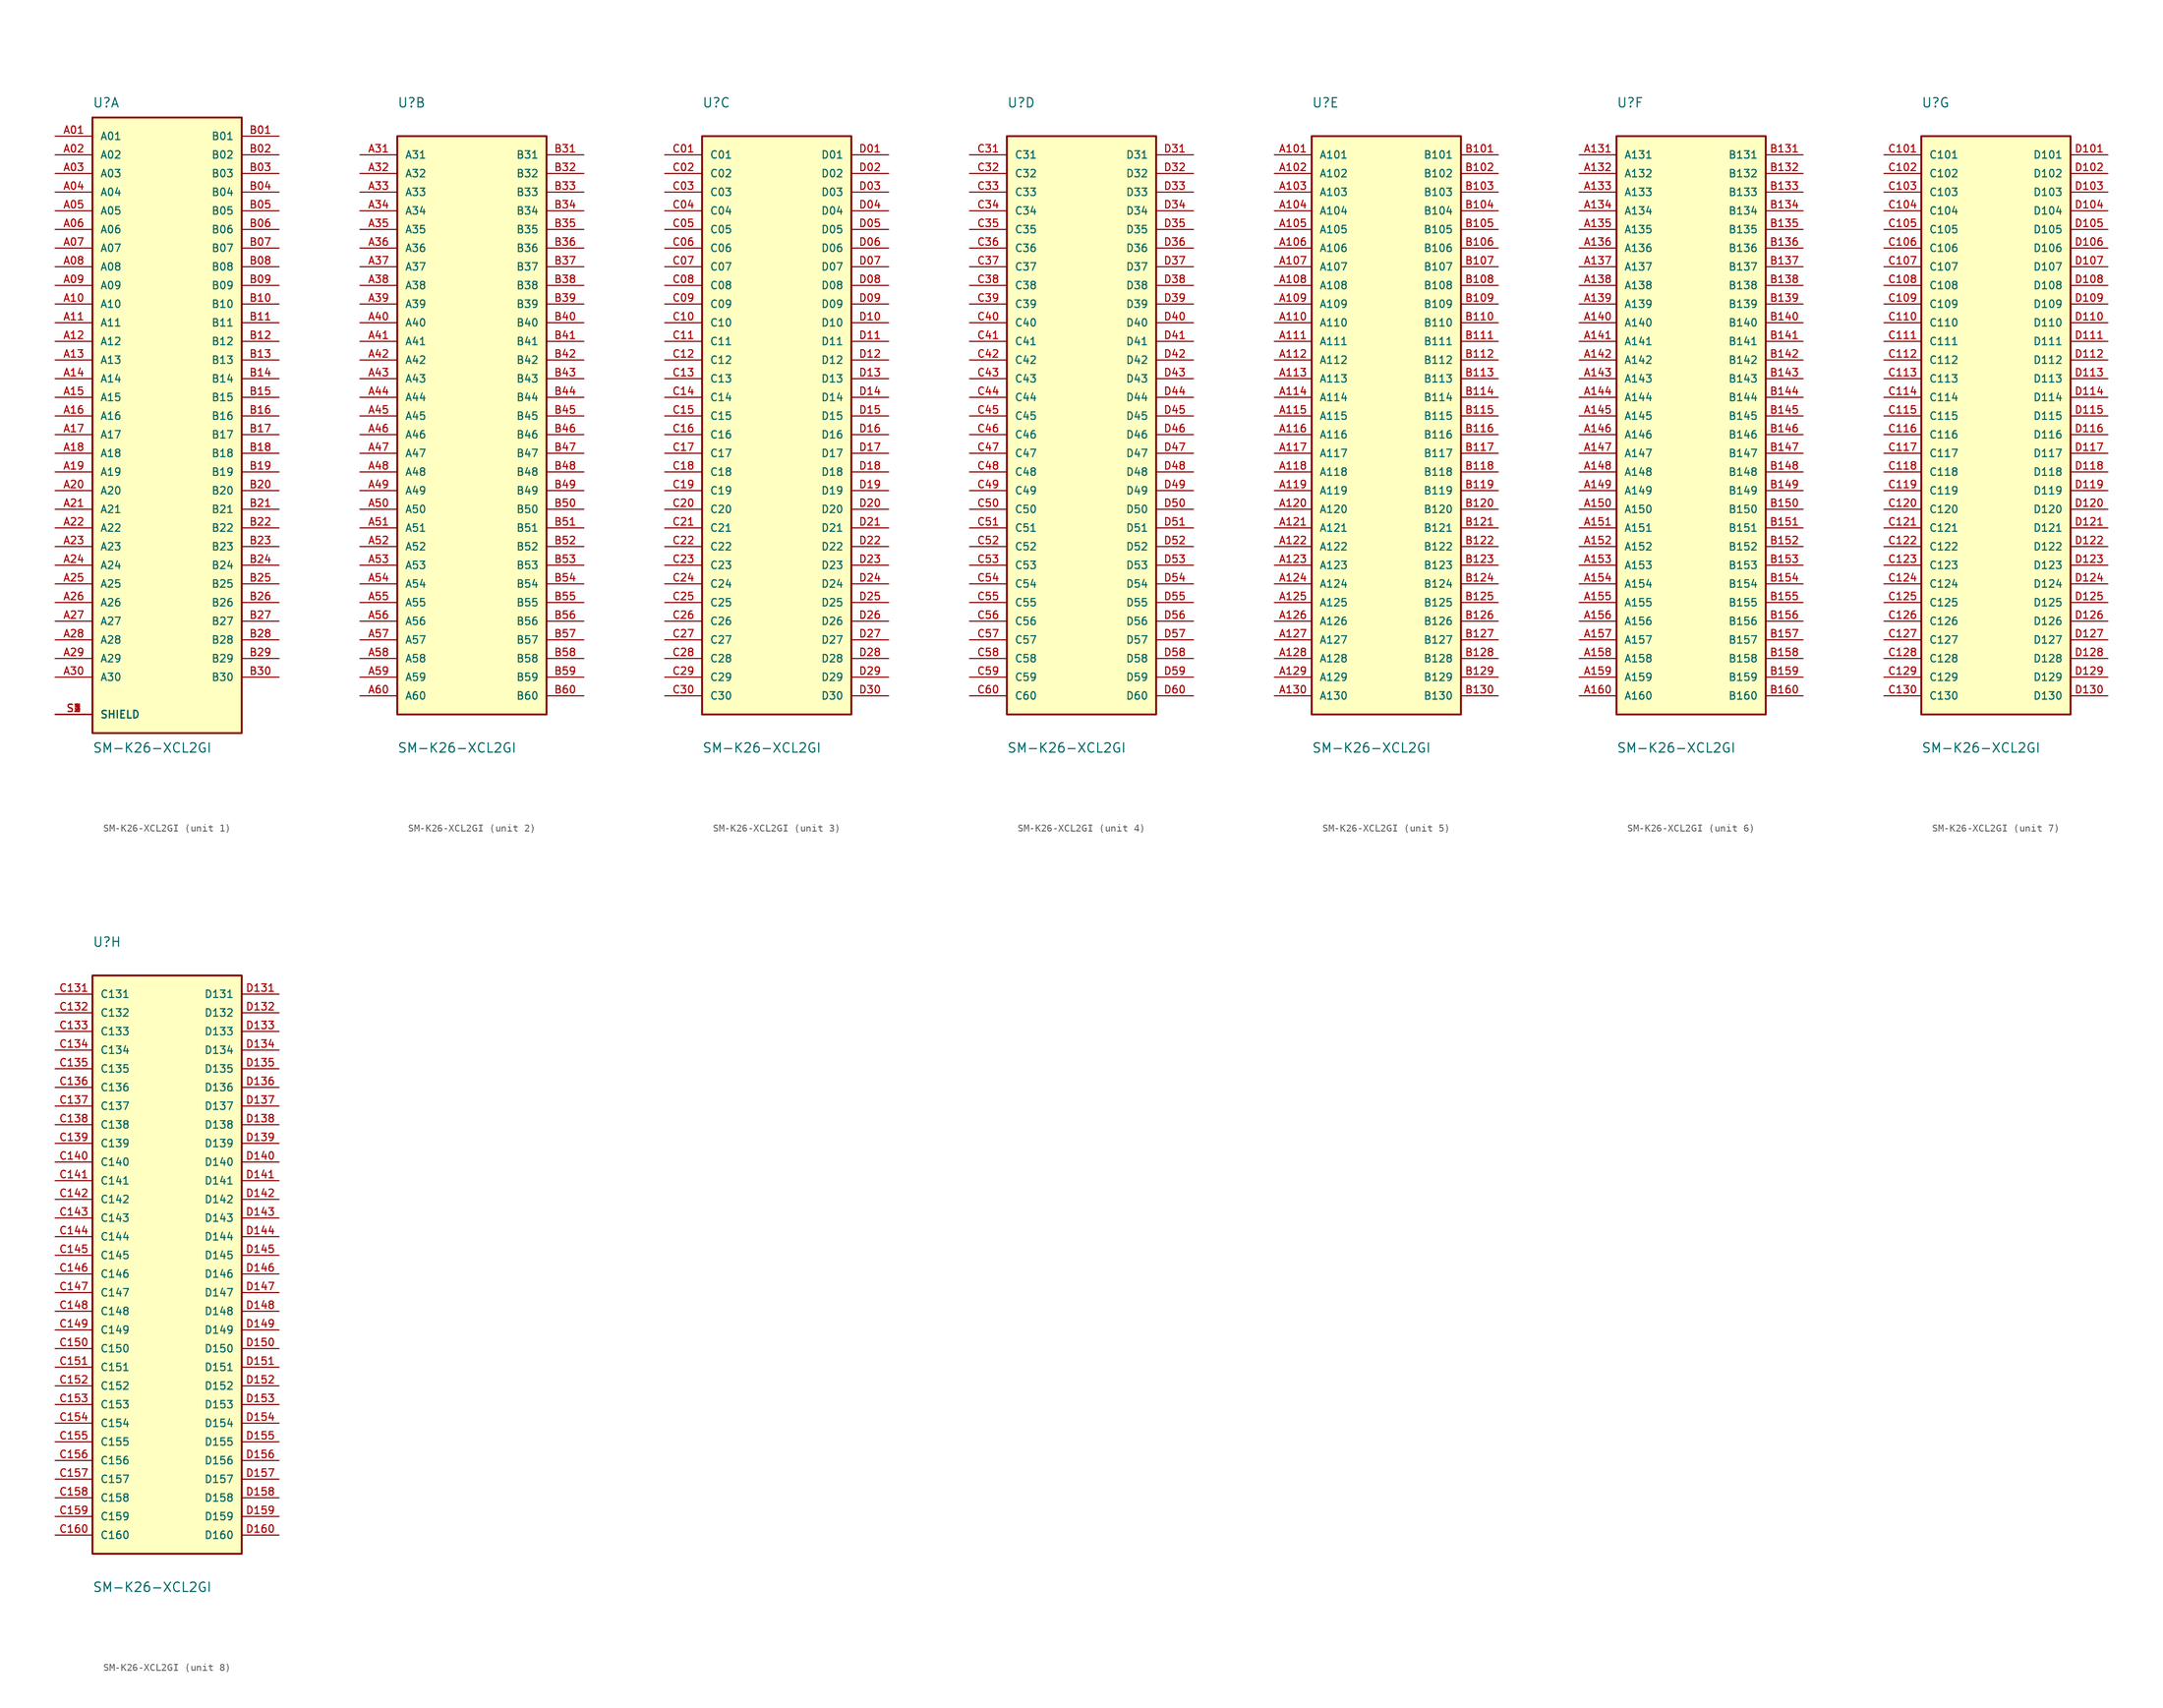
<source format=kicad_sym>
(kicad_symbol_lib
  (version 20211014)
  (generator kicad_symbol_editor)
  (symbol "SM-K26-XCL2GI"
    (pin_names
      (offset 1.016))
    (property "Reference" "U"
      (at -10.16 41.91 0)
      (effects (font (size 1.27 1.27)) (justify bottom left)))
    (property "Value" "SM-K26-XCL2GI"
      (at -10.16 -44.45 0)
      (effects (font (size 1.27 1.27)) (justify top left)))
    (symbol "SM-K26-XCL2GI_1_0"
      (rectangle (start -10.16 -43.18) (end 10.16 40.64) (stroke (width 0.254)) (fill (type background)))
      (pin passive line (at -15.24 -40.64 0) (length 5.08) (name "SHIELD" (effects (font (size 1.016 1.016)))) (number "S1" (effects (font (size 1.016 1.016)))))
      (pin passive line (at -15.24 -40.64 0) (length 5.08) (name "SHIELD" (effects (font (size 1.016 1.016)))) (number "S2" (effects (font (size 1.016 1.016)))))
      (pin passive line (at -15.24 -40.64 0) (length 5.08) (name "SHIELD" (effects (font (size 1.016 1.016)))) (number "S3" (effects (font (size 1.016 1.016)))))
      (pin passive line (at -15.24 -40.64 0) (length 5.08) (name "SHIELD" (effects (font (size 1.016 1.016)))) (number "S4" (effects (font (size 1.016 1.016)))))
      (pin passive line (at -15.24 38.1 0) (length 5.08) (name "A01" (effects (font (size 1.016 1.016)))) (number "A01" (effects (font (size 1.016 1.016)))))
      (pin passive line (at -15.24 35.56 0) (length 5.08) (name "A02" (effects (font (size 1.016 1.016)))) (number "A02" (effects (font (size 1.016 1.016)))))
      (pin passive line (at -15.24 33.02 0) (length 5.08) (name "A03" (effects (font (size 1.016 1.016)))) (number "A03" (effects (font (size 1.016 1.016)))))
      (pin passive line (at -15.24 30.48 0) (length 5.08) (name "A04" (effects (font (size 1.016 1.016)))) (number "A04" (effects (font (size 1.016 1.016)))))
      (pin passive line (at -15.24 27.94 0) (length 5.08) (name "A05" (effects (font (size 1.016 1.016)))) (number "A05" (effects (font (size 1.016 1.016)))))
      (pin passive line (at -15.24 25.4 0) (length 5.08) (name "A06" (effects (font (size 1.016 1.016)))) (number "A06" (effects (font (size 1.016 1.016)))))
      (pin passive line (at -15.24 22.86 0) (length 5.08) (name "A07" (effects (font (size 1.016 1.016)))) (number "A07" (effects (font (size 1.016 1.016)))))
      (pin passive line (at -15.24 20.32 0) (length 5.08) (name "A08" (effects (font (size 1.016 1.016)))) (number "A08" (effects (font (size 1.016 1.016)))))
      (pin passive line (at -15.24 17.78 0) (length 5.08) (name "A09" (effects (font (size 1.016 1.016)))) (number "A09" (effects (font (size 1.016 1.016)))))
      (pin passive line (at -15.24 15.24 0) (length 5.08) (name "A10" (effects (font (size 1.016 1.016)))) (number "A10" (effects (font (size 1.016 1.016)))))
      (pin passive line (at -15.24 12.7 0) (length 5.08) (name "A11" (effects (font (size 1.016 1.016)))) (number "A11" (effects (font (size 1.016 1.016)))))
      (pin passive line (at -15.24 10.16 0) (length 5.08) (name "A12" (effects (font (size 1.016 1.016)))) (number "A12" (effects (font (size 1.016 1.016)))))
      (pin passive line (at -15.24 7.62 0) (length 5.08) (name "A13" (effects (font (size 1.016 1.016)))) (number "A13" (effects (font (size 1.016 1.016)))))
      (pin passive line (at -15.24 5.08 0) (length 5.08) (name "A14" (effects (font (size 1.016 1.016)))) (number "A14" (effects (font (size 1.016 1.016)))))
      (pin passive line (at -15.24 2.54 0) (length 5.08) (name "A15" (effects (font (size 1.016 1.016)))) (number "A15" (effects (font (size 1.016 1.016)))))
      (pin passive line (at -15.24 0.0 0) (length 5.08) (name "A16" (effects (font (size 1.016 1.016)))) (number "A16" (effects (font (size 1.016 1.016)))))
      (pin passive line (at -15.24 -2.54 0) (length 5.08) (name "A17" (effects (font (size 1.016 1.016)))) (number "A17" (effects (font (size 1.016 1.016)))))
      (pin passive line (at -15.24 -5.08 0) (length 5.08) (name "A18" (effects (font (size 1.016 1.016)))) (number "A18" (effects (font (size 1.016 1.016)))))
      (pin passive line (at -15.24 -7.62 0) (length 5.08) (name "A19" (effects (font (size 1.016 1.016)))) (number "A19" (effects (font (size 1.016 1.016)))))
      (pin passive line (at -15.24 -10.16 0) (length 5.08) (name "A20" (effects (font (size 1.016 1.016)))) (number "A20" (effects (font (size 1.016 1.016)))))
      (pin passive line (at -15.24 -12.7 0) (length 5.08) (name "A21" (effects (font (size 1.016 1.016)))) (number "A21" (effects (font (size 1.016 1.016)))))
      (pin passive line (at -15.24 -15.24 0) (length 5.08) (name "A22" (effects (font (size 1.016 1.016)))) (number "A22" (effects (font (size 1.016 1.016)))))
      (pin passive line (at -15.24 -17.78 0) (length 5.08) (name "A23" (effects (font (size 1.016 1.016)))) (number "A23" (effects (font (size 1.016 1.016)))))
      (pin passive line (at -15.24 -20.32 0) (length 5.08) (name "A24" (effects (font (size 1.016 1.016)))) (number "A24" (effects (font (size 1.016 1.016)))))
      (pin passive line (at -15.24 -22.86 0) (length 5.08) (name "A25" (effects (font (size 1.016 1.016)))) (number "A25" (effects (font (size 1.016 1.016)))))
      (pin passive line (at -15.24 -25.4 0) (length 5.08) (name "A26" (effects (font (size 1.016 1.016)))) (number "A26" (effects (font (size 1.016 1.016)))))
      (pin passive line (at -15.24 -27.94 0) (length 5.08) (name "A27" (effects (font (size 1.016 1.016)))) (number "A27" (effects (font (size 1.016 1.016)))))
      (pin passive line (at -15.24 -30.48 0) (length 5.08) (name "A28" (effects (font (size 1.016 1.016)))) (number "A28" (effects (font (size 1.016 1.016)))))
      (pin passive line (at -15.24 -33.02 0) (length 5.08) (name "A29" (effects (font (size 1.016 1.016)))) (number "A29" (effects (font (size 1.016 1.016)))))
      (pin passive line (at -15.24 -35.56 0) (length 5.08) (name "A30" (effects (font (size 1.016 1.016)))) (number "A30" (effects (font (size 1.016 1.016)))))
      (pin passive line (at 15.24 38.1 180.0) (length 5.08) (name "B01" (effects (font (size 1.016 1.016)))) (number "B01" (effects (font (size 1.016 1.016)))))
      (pin passive line (at 15.24 35.56 180.0) (length 5.08) (name "B02" (effects (font (size 1.016 1.016)))) (number "B02" (effects (font (size 1.016 1.016)))))
      (pin passive line (at 15.24 33.02 180.0) (length 5.08) (name "B03" (effects (font (size 1.016 1.016)))) (number "B03" (effects (font (size 1.016 1.016)))))
      (pin passive line (at 15.24 30.48 180.0) (length 5.08) (name "B04" (effects (font (size 1.016 1.016)))) (number "B04" (effects (font (size 1.016 1.016)))))
      (pin passive line (at 15.24 27.94 180.0) (length 5.08) (name "B05" (effects (font (size 1.016 1.016)))) (number "B05" (effects (font (size 1.016 1.016)))))
      (pin passive line (at 15.24 25.4 180.0) (length 5.08) (name "B06" (effects (font (size 1.016 1.016)))) (number "B06" (effects (font (size 1.016 1.016)))))
      (pin passive line (at 15.24 22.86 180.0) (length 5.08) (name "B07" (effects (font (size 1.016 1.016)))) (number "B07" (effects (font (size 1.016 1.016)))))
      (pin passive line (at 15.24 20.32 180.0) (length 5.08) (name "B08" (effects (font (size 1.016 1.016)))) (number "B08" (effects (font (size 1.016 1.016)))))
      (pin passive line (at 15.24 17.78 180.0) (length 5.08) (name "B09" (effects (font (size 1.016 1.016)))) (number "B09" (effects (font (size 1.016 1.016)))))
      (pin passive line (at 15.24 15.24 180.0) (length 5.08) (name "B10" (effects (font (size 1.016 1.016)))) (number "B10" (effects (font (size 1.016 1.016)))))
      (pin passive line (at 15.24 12.7 180.0) (length 5.08) (name "B11" (effects (font (size 1.016 1.016)))) (number "B11" (effects (font (size 1.016 1.016)))))
      (pin passive line (at 15.24 10.16 180.0) (length 5.08) (name "B12" (effects (font (size 1.016 1.016)))) (number "B12" (effects (font (size 1.016 1.016)))))
      (pin passive line (at 15.24 7.62 180.0) (length 5.08) (name "B13" (effects (font (size 1.016 1.016)))) (number "B13" (effects (font (size 1.016 1.016)))))
      (pin passive line (at 15.24 5.08 180.0) (length 5.08) (name "B14" (effects (font (size 1.016 1.016)))) (number "B14" (effects (font (size 1.016 1.016)))))
      (pin passive line (at 15.24 2.54 180.0) (length 5.08) (name "B15" (effects (font (size 1.016 1.016)))) (number "B15" (effects (font (size 1.016 1.016)))))
      (pin passive line (at 15.24 0.0 180.0) (length 5.08) (name "B16" (effects (font (size 1.016 1.016)))) (number "B16" (effects (font (size 1.016 1.016)))))
      (pin passive line (at 15.24 -2.54 180.0) (length 5.08) (name "B17" (effects (font (size 1.016 1.016)))) (number "B17" (effects (font (size 1.016 1.016)))))
      (pin passive line (at 15.24 -5.08 180.0) (length 5.08) (name "B18" (effects (font (size 1.016 1.016)))) (number "B18" (effects (font (size 1.016 1.016)))))
      (pin passive line (at 15.24 -7.62 180.0) (length 5.08) (name "B19" (effects (font (size 1.016 1.016)))) (number "B19" (effects (font (size 1.016 1.016)))))
      (pin passive line (at 15.24 -10.16 180.0) (length 5.08) (name "B20" (effects (font (size 1.016 1.016)))) (number "B20" (effects (font (size 1.016 1.016)))))
      (pin passive line (at 15.24 -12.7 180.0) (length 5.08) (name "B21" (effects (font (size 1.016 1.016)))) (number "B21" (effects (font (size 1.016 1.016)))))
      (pin passive line (at 15.24 -15.24 180.0) (length 5.08) (name "B22" (effects (font (size 1.016 1.016)))) (number "B22" (effects (font (size 1.016 1.016)))))
      (pin passive line (at 15.24 -17.78 180.0) (length 5.08) (name "B23" (effects (font (size 1.016 1.016)))) (number "B23" (effects (font (size 1.016 1.016)))))
      (pin passive line (at 15.24 -20.32 180.0) (length 5.08) (name "B24" (effects (font (size 1.016 1.016)))) (number "B24" (effects (font (size 1.016 1.016)))))
      (pin passive line (at 15.24 -22.86 180.0) (length 5.08) (name "B25" (effects (font (size 1.016 1.016)))) (number "B25" (effects (font (size 1.016 1.016)))))
      (pin passive line (at 15.24 -25.4 180.0) (length 5.08) (name "B26" (effects (font (size 1.016 1.016)))) (number "B26" (effects (font (size 1.016 1.016)))))
      (pin passive line (at 15.24 -27.94 180.0) (length 5.08) (name "B27" (effects (font (size 1.016 1.016)))) (number "B27" (effects (font (size 1.016 1.016)))))
      (pin passive line (at 15.24 -30.48 180.0) (length 5.08) (name "B28" (effects (font (size 1.016 1.016)))) (number "B28" (effects (font (size 1.016 1.016)))))
      (pin passive line (at 15.24 -33.02 180.0) (length 5.08) (name "B29" (effects (font (size 1.016 1.016)))) (number "B29" (effects (font (size 1.016 1.016)))))
      (pin passive line (at 15.24 -35.56 180.0) (length 5.08) (name "B30" (effects (font (size 1.016 1.016)))) (number "B30" (effects (font (size 1.016 1.016))))))
    (symbol "SM-K26-XCL2GI_2_0"
      (rectangle (start -10.16 -40.64) (end 10.16 38.1) (stroke (width 0.254)) (fill (type background)))
      (pin passive line (at -15.24 35.56 0) (length 5.08) (name "A31" (effects (font (size 1.016 1.016)))) (number "A31" (effects (font (size 1.016 1.016)))))
      (pin passive line (at -15.24 33.02 0) (length 5.08) (name "A32" (effects (font (size 1.016 1.016)))) (number "A32" (effects (font (size 1.016 1.016)))))
      (pin passive line (at -15.24 30.48 0) (length 5.08) (name "A33" (effects (font (size 1.016 1.016)))) (number "A33" (effects (font (size 1.016 1.016)))))
      (pin passive line (at -15.24 27.94 0) (length 5.08) (name "A34" (effects (font (size 1.016 1.016)))) (number "A34" (effects (font (size 1.016 1.016)))))
      (pin passive line (at -15.24 25.4 0) (length 5.08) (name "A35" (effects (font (size 1.016 1.016)))) (number "A35" (effects (font (size 1.016 1.016)))))
      (pin passive line (at -15.24 22.86 0) (length 5.08) (name "A36" (effects (font (size 1.016 1.016)))) (number "A36" (effects (font (size 1.016 1.016)))))
      (pin passive line (at -15.24 20.32 0) (length 5.08) (name "A37" (effects (font (size 1.016 1.016)))) (number "A37" (effects (font (size 1.016 1.016)))))
      (pin passive line (at -15.24 17.78 0) (length 5.08) (name "A38" (effects (font (size 1.016 1.016)))) (number "A38" (effects (font (size 1.016 1.016)))))
      (pin passive line (at -15.24 15.24 0) (length 5.08) (name "A39" (effects (font (size 1.016 1.016)))) (number "A39" (effects (font (size 1.016 1.016)))))
      (pin passive line (at -15.24 12.7 0) (length 5.08) (name "A40" (effects (font (size 1.016 1.016)))) (number "A40" (effects (font (size 1.016 1.016)))))
      (pin passive line (at -15.24 10.16 0) (length 5.08) (name "A41" (effects (font (size 1.016 1.016)))) (number "A41" (effects (font (size 1.016 1.016)))))
      (pin passive line (at -15.24 7.62 0) (length 5.08) (name "A42" (effects (font (size 1.016 1.016)))) (number "A42" (effects (font (size 1.016 1.016)))))
      (pin passive line (at -15.24 5.08 0) (length 5.08) (name "A43" (effects (font (size 1.016 1.016)))) (number "A43" (effects (font (size 1.016 1.016)))))
      (pin passive line (at -15.24 2.54 0) (length 5.08) (name "A44" (effects (font (size 1.016 1.016)))) (number "A44" (effects (font (size 1.016 1.016)))))
      (pin passive line (at -15.24 0.0 0) (length 5.08) (name "A45" (effects (font (size 1.016 1.016)))) (number "A45" (effects (font (size 1.016 1.016)))))
      (pin passive line (at -15.24 -2.54 0) (length 5.08) (name "A46" (effects (font (size 1.016 1.016)))) (number "A46" (effects (font (size 1.016 1.016)))))
      (pin passive line (at -15.24 -5.08 0) (length 5.08) (name "A47" (effects (font (size 1.016 1.016)))) (number "A47" (effects (font (size 1.016 1.016)))))
      (pin passive line (at -15.24 -7.62 0) (length 5.08) (name "A48" (effects (font (size 1.016 1.016)))) (number "A48" (effects (font (size 1.016 1.016)))))
      (pin passive line (at -15.24 -10.16 0) (length 5.08) (name "A49" (effects (font (size 1.016 1.016)))) (number "A49" (effects (font (size 1.016 1.016)))))
      (pin passive line (at -15.24 -12.7 0) (length 5.08) (name "A50" (effects (font (size 1.016 1.016)))) (number "A50" (effects (font (size 1.016 1.016)))))
      (pin passive line (at -15.24 -15.24 0) (length 5.08) (name "A51" (effects (font (size 1.016 1.016)))) (number "A51" (effects (font (size 1.016 1.016)))))
      (pin passive line (at -15.24 -17.78 0) (length 5.08) (name "A52" (effects (font (size 1.016 1.016)))) (number "A52" (effects (font (size 1.016 1.016)))))
      (pin passive line (at -15.24 -20.32 0) (length 5.08) (name "A53" (effects (font (size 1.016 1.016)))) (number "A53" (effects (font (size 1.016 1.016)))))
      (pin passive line (at -15.24 -22.86 0) (length 5.08) (name "A54" (effects (font (size 1.016 1.016)))) (number "A54" (effects (font (size 1.016 1.016)))))
      (pin passive line (at -15.24 -25.4 0) (length 5.08) (name "A55" (effects (font (size 1.016 1.016)))) (number "A55" (effects (font (size 1.016 1.016)))))
      (pin passive line (at -15.24 -27.94 0) (length 5.08) (name "A56" (effects (font (size 1.016 1.016)))) (number "A56" (effects (font (size 1.016 1.016)))))
      (pin passive line (at -15.24 -30.48 0) (length 5.08) (name "A57" (effects (font (size 1.016 1.016)))) (number "A57" (effects (font (size 1.016 1.016)))))
      (pin passive line (at -15.24 -33.02 0) (length 5.08) (name "A58" (effects (font (size 1.016 1.016)))) (number "A58" (effects (font (size 1.016 1.016)))))
      (pin passive line (at -15.24 -35.56 0) (length 5.08) (name "A59" (effects (font (size 1.016 1.016)))) (number "A59" (effects (font (size 1.016 1.016)))))
      (pin passive line (at -15.24 -38.1 0) (length 5.08) (name "A60" (effects (font (size 1.016 1.016)))) (number "A60" (effects (font (size 1.016 1.016)))))
      (pin passive line (at 15.24 35.56 180.0) (length 5.08) (name "B31" (effects (font (size 1.016 1.016)))) (number "B31" (effects (font (size 1.016 1.016)))))
      (pin passive line (at 15.24 33.02 180.0) (length 5.08) (name "B32" (effects (font (size 1.016 1.016)))) (number "B32" (effects (font (size 1.016 1.016)))))
      (pin passive line (at 15.24 30.48 180.0) (length 5.08) (name "B33" (effects (font (size 1.016 1.016)))) (number "B33" (effects (font (size 1.016 1.016)))))
      (pin passive line (at 15.24 27.94 180.0) (length 5.08) (name "B34" (effects (font (size 1.016 1.016)))) (number "B34" (effects (font (size 1.016 1.016)))))
      (pin passive line (at 15.24 25.4 180.0) (length 5.08) (name "B35" (effects (font (size 1.016 1.016)))) (number "B35" (effects (font (size 1.016 1.016)))))
      (pin passive line (at 15.24 22.86 180.0) (length 5.08) (name "B36" (effects (font (size 1.016 1.016)))) (number "B36" (effects (font (size 1.016 1.016)))))
      (pin passive line (at 15.24 20.32 180.0) (length 5.08) (name "B37" (effects (font (size 1.016 1.016)))) (number "B37" (effects (font (size 1.016 1.016)))))
      (pin passive line (at 15.24 17.78 180.0) (length 5.08) (name "B38" (effects (font (size 1.016 1.016)))) (number "B38" (effects (font (size 1.016 1.016)))))
      (pin passive line (at 15.24 15.24 180.0) (length 5.08) (name "B39" (effects (font (size 1.016 1.016)))) (number "B39" (effects (font (size 1.016 1.016)))))
      (pin passive line (at 15.24 12.7 180.0) (length 5.08) (name "B40" (effects (font (size 1.016 1.016)))) (number "B40" (effects (font (size 1.016 1.016)))))
      (pin passive line (at 15.24 10.16 180.0) (length 5.08) (name "B41" (effects (font (size 1.016 1.016)))) (number "B41" (effects (font (size 1.016 1.016)))))
      (pin passive line (at 15.24 7.62 180.0) (length 5.08) (name "B42" (effects (font (size 1.016 1.016)))) (number "B42" (effects (font (size 1.016 1.016)))))
      (pin passive line (at 15.24 5.08 180.0) (length 5.08) (name "B43" (effects (font (size 1.016 1.016)))) (number "B43" (effects (font (size 1.016 1.016)))))
      (pin passive line (at 15.24 2.54 180.0) (length 5.08) (name "B44" (effects (font (size 1.016 1.016)))) (number "B44" (effects (font (size 1.016 1.016)))))
      (pin passive line (at 15.24 0.0 180.0) (length 5.08) (name "B45" (effects (font (size 1.016 1.016)))) (number "B45" (effects (font (size 1.016 1.016)))))
      (pin passive line (at 15.24 -2.54 180.0) (length 5.08) (name "B46" (effects (font (size 1.016 1.016)))) (number "B46" (effects (font (size 1.016 1.016)))))
      (pin passive line (at 15.24 -5.08 180.0) (length 5.08) (name "B47" (effects (font (size 1.016 1.016)))) (number "B47" (effects (font (size 1.016 1.016)))))
      (pin passive line (at 15.24 -7.62 180.0) (length 5.08) (name "B48" (effects (font (size 1.016 1.016)))) (number "B48" (effects (font (size 1.016 1.016)))))
      (pin passive line (at 15.24 -10.16 180.0) (length 5.08) (name "B49" (effects (font (size 1.016 1.016)))) (number "B49" (effects (font (size 1.016 1.016)))))
      (pin passive line (at 15.24 -12.7 180.0) (length 5.08) (name "B50" (effects (font (size 1.016 1.016)))) (number "B50" (effects (font (size 1.016 1.016)))))
      (pin passive line (at 15.24 -15.24 180.0) (length 5.08) (name "B51" (effects (font (size 1.016 1.016)))) (number "B51" (effects (font (size 1.016 1.016)))))
      (pin passive line (at 15.24 -17.78 180.0) (length 5.08) (name "B52" (effects (font (size 1.016 1.016)))) (number "B52" (effects (font (size 1.016 1.016)))))
      (pin passive line (at 15.24 -20.32 180.0) (length 5.08) (name "B53" (effects (font (size 1.016 1.016)))) (number "B53" (effects (font (size 1.016 1.016)))))
      (pin passive line (at 15.24 -22.86 180.0) (length 5.08) (name "B54" (effects (font (size 1.016 1.016)))) (number "B54" (effects (font (size 1.016 1.016)))))
      (pin passive line (at 15.24 -25.4 180.0) (length 5.08) (name "B55" (effects (font (size 1.016 1.016)))) (number "B55" (effects (font (size 1.016 1.016)))))
      (pin passive line (at 15.24 -27.94 180.0) (length 5.08) (name "B56" (effects (font (size 1.016 1.016)))) (number "B56" (effects (font (size 1.016 1.016)))))
      (pin passive line (at 15.24 -30.48 180.0) (length 5.08) (name "B57" (effects (font (size 1.016 1.016)))) (number "B57" (effects (font (size 1.016 1.016)))))
      (pin passive line (at 15.24 -33.02 180.0) (length 5.08) (name "B58" (effects (font (size 1.016 1.016)))) (number "B58" (effects (font (size 1.016 1.016)))))
      (pin passive line (at 15.24 -35.56 180.0) (length 5.08) (name "B59" (effects (font (size 1.016 1.016)))) (number "B59" (effects (font (size 1.016 1.016)))))
      (pin passive line (at 15.24 -38.1 180.0) (length 5.08) (name "B60" (effects (font (size 1.016 1.016)))) (number "B60" (effects (font (size 1.016 1.016))))))
    (symbol "SM-K26-XCL2GI_3_0"
      (rectangle (start -10.16 -40.64) (end 10.16 38.1) (stroke (width 0.254)) (fill (type background)))
      (pin passive line (at -15.24 35.56 0) (length 5.08) (name "C01" (effects (font (size 1.016 1.016)))) (number "C01" (effects (font (size 1.016 1.016)))))
      (pin passive line (at 15.24 35.56 180.0) (length 5.08) (name "D01" (effects (font (size 1.016 1.016)))) (number "D01" (effects (font (size 1.016 1.016)))))
      (pin passive line (at -15.24 33.02 0) (length 5.08) (name "C02" (effects (font (size 1.016 1.016)))) (number "C02" (effects (font (size 1.016 1.016)))))
      (pin passive line (at -15.24 30.48 0) (length 5.08) (name "C03" (effects (font (size 1.016 1.016)))) (number "C03" (effects (font (size 1.016 1.016)))))
      (pin passive line (at -15.24 27.94 0) (length 5.08) (name "C04" (effects (font (size 1.016 1.016)))) (number "C04" (effects (font (size 1.016 1.016)))))
      (pin passive line (at -15.24 25.4 0) (length 5.08) (name "C05" (effects (font (size 1.016 1.016)))) (number "C05" (effects (font (size 1.016 1.016)))))
      (pin passive line (at -15.24 22.86 0) (length 5.08) (name "C06" (effects (font (size 1.016 1.016)))) (number "C06" (effects (font (size 1.016 1.016)))))
      (pin passive line (at -15.24 20.32 0) (length 5.08) (name "C07" (effects (font (size 1.016 1.016)))) (number "C07" (effects (font (size 1.016 1.016)))))
      (pin passive line (at -15.24 17.78 0) (length 5.08) (name "C08" (effects (font (size 1.016 1.016)))) (number "C08" (effects (font (size 1.016 1.016)))))
      (pin passive line (at -15.24 15.24 0) (length 5.08) (name "C09" (effects (font (size 1.016 1.016)))) (number "C09" (effects (font (size 1.016 1.016)))))
      (pin passive line (at -15.24 12.7 0) (length 5.08) (name "C10" (effects (font (size 1.016 1.016)))) (number "C10" (effects (font (size 1.016 1.016)))))
      (pin passive line (at -15.24 10.16 0) (length 5.08) (name "C11" (effects (font (size 1.016 1.016)))) (number "C11" (effects (font (size 1.016 1.016)))))
      (pin passive line (at -15.24 7.62 0) (length 5.08) (name "C12" (effects (font (size 1.016 1.016)))) (number "C12" (effects (font (size 1.016 1.016)))))
      (pin passive line (at -15.24 5.08 0) (length 5.08) (name "C13" (effects (font (size 1.016 1.016)))) (number "C13" (effects (font (size 1.016 1.016)))))
      (pin passive line (at -15.24 2.54 0) (length 5.08) (name "C14" (effects (font (size 1.016 1.016)))) (number "C14" (effects (font (size 1.016 1.016)))))
      (pin passive line (at -15.24 0.0 0) (length 5.08) (name "C15" (effects (font (size 1.016 1.016)))) (number "C15" (effects (font (size 1.016 1.016)))))
      (pin passive line (at -15.24 -2.54 0) (length 5.08) (name "C16" (effects (font (size 1.016 1.016)))) (number "C16" (effects (font (size 1.016 1.016)))))
      (pin passive line (at -15.24 -5.08 0) (length 5.08) (name "C17" (effects (font (size 1.016 1.016)))) (number "C17" (effects (font (size 1.016 1.016)))))
      (pin passive line (at -15.24 -7.62 0) (length 5.08) (name "C18" (effects (font (size 1.016 1.016)))) (number "C18" (effects (font (size 1.016 1.016)))))
      (pin passive line (at -15.24 -10.16 0) (length 5.08) (name "C19" (effects (font (size 1.016 1.016)))) (number "C19" (effects (font (size 1.016 1.016)))))
      (pin passive line (at -15.24 -12.7 0) (length 5.08) (name "C20" (effects (font (size 1.016 1.016)))) (number "C20" (effects (font (size 1.016 1.016)))))
      (pin passive line (at -15.24 -15.24 0) (length 5.08) (name "C21" (effects (font (size 1.016 1.016)))) (number "C21" (effects (font (size 1.016 1.016)))))
      (pin passive line (at -15.24 -17.78 0) (length 5.08) (name "C22" (effects (font (size 1.016 1.016)))) (number "C22" (effects (font (size 1.016 1.016)))))
      (pin passive line (at -15.24 -20.32 0) (length 5.08) (name "C23" (effects (font (size 1.016 1.016)))) (number "C23" (effects (font (size 1.016 1.016)))))
      (pin passive line (at -15.24 -22.86 0) (length 5.08) (name "C24" (effects (font (size 1.016 1.016)))) (number "C24" (effects (font (size 1.016 1.016)))))
      (pin passive line (at -15.24 -25.4 0) (length 5.08) (name "C25" (effects (font (size 1.016 1.016)))) (number "C25" (effects (font (size 1.016 1.016)))))
      (pin passive line (at -15.24 -27.94 0) (length 5.08) (name "C26" (effects (font (size 1.016 1.016)))) (number "C26" (effects (font (size 1.016 1.016)))))
      (pin passive line (at -15.24 -30.48 0) (length 5.08) (name "C27" (effects (font (size 1.016 1.016)))) (number "C27" (effects (font (size 1.016 1.016)))))
      (pin passive line (at -15.24 -33.02 0) (length 5.08) (name "C28" (effects (font (size 1.016 1.016)))) (number "C28" (effects (font (size 1.016 1.016)))))
      (pin passive line (at -15.24 -35.56 0) (length 5.08) (name "C29" (effects (font (size 1.016 1.016)))) (number "C29" (effects (font (size 1.016 1.016)))))
      (pin passive line (at -15.24 -38.1 0) (length 5.08) (name "C30" (effects (font (size 1.016 1.016)))) (number "C30" (effects (font (size 1.016 1.016)))))
      (pin passive line (at 15.24 33.02 180.0) (length 5.08) (name "D02" (effects (font (size 1.016 1.016)))) (number "D02" (effects (font (size 1.016 1.016)))))
      (pin passive line (at 15.24 30.48 180.0) (length 5.08) (name "D03" (effects (font (size 1.016 1.016)))) (number "D03" (effects (font (size 1.016 1.016)))))
      (pin passive line (at 15.24 27.94 180.0) (length 5.08) (name "D04" (effects (font (size 1.016 1.016)))) (number "D04" (effects (font (size 1.016 1.016)))))
      (pin passive line (at 15.24 25.4 180.0) (length 5.08) (name "D05" (effects (font (size 1.016 1.016)))) (number "D05" (effects (font (size 1.016 1.016)))))
      (pin passive line (at 15.24 22.86 180.0) (length 5.08) (name "D06" (effects (font (size 1.016 1.016)))) (number "D06" (effects (font (size 1.016 1.016)))))
      (pin passive line (at 15.24 20.32 180.0) (length 5.08) (name "D07" (effects (font (size 1.016 1.016)))) (number "D07" (effects (font (size 1.016 1.016)))))
      (pin passive line (at 15.24 17.78 180.0) (length 5.08) (name "D08" (effects (font (size 1.016 1.016)))) (number "D08" (effects (font (size 1.016 1.016)))))
      (pin passive line (at 15.24 15.24 180.0) (length 5.08) (name "D09" (effects (font (size 1.016 1.016)))) (number "D09" (effects (font (size 1.016 1.016)))))
      (pin passive line (at 15.24 12.7 180.0) (length 5.08) (name "D10" (effects (font (size 1.016 1.016)))) (number "D10" (effects (font (size 1.016 1.016)))))
      (pin passive line (at 15.24 10.16 180.0) (length 5.08) (name "D11" (effects (font (size 1.016 1.016)))) (number "D11" (effects (font (size 1.016 1.016)))))
      (pin passive line (at 15.24 7.62 180.0) (length 5.08) (name "D12" (effects (font (size 1.016 1.016)))) (number "D12" (effects (font (size 1.016 1.016)))))
      (pin passive line (at 15.24 5.08 180.0) (length 5.08) (name "D13" (effects (font (size 1.016 1.016)))) (number "D13" (effects (font (size 1.016 1.016)))))
      (pin passive line (at 15.24 2.54 180.0) (length 5.08) (name "D14" (effects (font (size 1.016 1.016)))) (number "D14" (effects (font (size 1.016 1.016)))))
      (pin passive line (at 15.24 0.0 180.0) (length 5.08) (name "D15" (effects (font (size 1.016 1.016)))) (number "D15" (effects (font (size 1.016 1.016)))))
      (pin passive line (at 15.24 -2.54 180.0) (length 5.08) (name "D16" (effects (font (size 1.016 1.016)))) (number "D16" (effects (font (size 1.016 1.016)))))
      (pin passive line (at 15.24 -5.08 180.0) (length 5.08) (name "D17" (effects (font (size 1.016 1.016)))) (number "D17" (effects (font (size 1.016 1.016)))))
      (pin passive line (at 15.24 -7.62 180.0) (length 5.08) (name "D18" (effects (font (size 1.016 1.016)))) (number "D18" (effects (font (size 1.016 1.016)))))
      (pin passive line (at 15.24 -10.16 180.0) (length 5.08) (name "D19" (effects (font (size 1.016 1.016)))) (number "D19" (effects (font (size 1.016 1.016)))))
      (pin passive line (at 15.24 -12.7 180.0) (length 5.08) (name "D20" (effects (font (size 1.016 1.016)))) (number "D20" (effects (font (size 1.016 1.016)))))
      (pin passive line (at 15.24 -15.24 180.0) (length 5.08) (name "D21" (effects (font (size 1.016 1.016)))) (number "D21" (effects (font (size 1.016 1.016)))))
      (pin passive line (at 15.24 -17.78 180.0) (length 5.08) (name "D22" (effects (font (size 1.016 1.016)))) (number "D22" (effects (font (size 1.016 1.016)))))
      (pin passive line (at 15.24 -20.32 180.0) (length 5.08) (name "D23" (effects (font (size 1.016 1.016)))) (number "D23" (effects (font (size 1.016 1.016)))))
      (pin passive line (at 15.24 -22.86 180.0) (length 5.08) (name "D24" (effects (font (size 1.016 1.016)))) (number "D24" (effects (font (size 1.016 1.016)))))
      (pin passive line (at 15.24 -25.4 180.0) (length 5.08) (name "D25" (effects (font (size 1.016 1.016)))) (number "D25" (effects (font (size 1.016 1.016)))))
      (pin passive line (at 15.24 -27.94 180.0) (length 5.08) (name "D26" (effects (font (size 1.016 1.016)))) (number "D26" (effects (font (size 1.016 1.016)))))
      (pin passive line (at 15.24 -30.48 180.0) (length 5.08) (name "D27" (effects (font (size 1.016 1.016)))) (number "D27" (effects (font (size 1.016 1.016)))))
      (pin passive line (at 15.24 -33.02 180.0) (length 5.08) (name "D28" (effects (font (size 1.016 1.016)))) (number "D28" (effects (font (size 1.016 1.016)))))
      (pin passive line (at 15.24 -35.56 180.0) (length 5.08) (name "D29" (effects (font (size 1.016 1.016)))) (number "D29" (effects (font (size 1.016 1.016)))))
      (pin passive line (at 15.24 -38.1 180.0) (length 5.08) (name "D30" (effects (font (size 1.016 1.016)))) (number "D30" (effects (font (size 1.016 1.016))))))
    (symbol "SM-K26-XCL2GI_4_0"
      (rectangle (start -10.16 -40.64) (end 10.16 38.1) (stroke (width 0.254)) (fill (type background)))
      (pin passive line (at -15.24 35.56 0) (length 5.08) (name "C31" (effects (font (size 1.016 1.016)))) (number "C31" (effects (font (size 1.016 1.016)))))
      (pin passive line (at -15.24 33.02 0) (length 5.08) (name "C32" (effects (font (size 1.016 1.016)))) (number "C32" (effects (font (size 1.016 1.016)))))
      (pin passive line (at -15.24 30.48 0) (length 5.08) (name "C33" (effects (font (size 1.016 1.016)))) (number "C33" (effects (font (size 1.016 1.016)))))
      (pin passive line (at -15.24 27.94 0) (length 5.08) (name "C34" (effects (font (size 1.016 1.016)))) (number "C34" (effects (font (size 1.016 1.016)))))
      (pin passive line (at -15.24 25.4 0) (length 5.08) (name "C35" (effects (font (size 1.016 1.016)))) (number "C35" (effects (font (size 1.016 1.016)))))
      (pin passive line (at -15.24 22.86 0) (length 5.08) (name "C36" (effects (font (size 1.016 1.016)))) (number "C36" (effects (font (size 1.016 1.016)))))
      (pin passive line (at -15.24 20.32 0) (length 5.08) (name "C37" (effects (font (size 1.016 1.016)))) (number "C37" (effects (font (size 1.016 1.016)))))
      (pin passive line (at -15.24 17.78 0) (length 5.08) (name "C38" (effects (font (size 1.016 1.016)))) (number "C38" (effects (font (size 1.016 1.016)))))
      (pin passive line (at -15.24 15.24 0) (length 5.08) (name "C39" (effects (font (size 1.016 1.016)))) (number "C39" (effects (font (size 1.016 1.016)))))
      (pin passive line (at -15.24 12.7 0) (length 5.08) (name "C40" (effects (font (size 1.016 1.016)))) (number "C40" (effects (font (size 1.016 1.016)))))
      (pin passive line (at -15.24 10.16 0) (length 5.08) (name "C41" (effects (font (size 1.016 1.016)))) (number "C41" (effects (font (size 1.016 1.016)))))
      (pin passive line (at -15.24 7.62 0) (length 5.08) (name "C42" (effects (font (size 1.016 1.016)))) (number "C42" (effects (font (size 1.016 1.016)))))
      (pin passive line (at -15.24 5.08 0) (length 5.08) (name "C43" (effects (font (size 1.016 1.016)))) (number "C43" (effects (font (size 1.016 1.016)))))
      (pin passive line (at -15.24 2.54 0) (length 5.08) (name "C44" (effects (font (size 1.016 1.016)))) (number "C44" (effects (font (size 1.016 1.016)))))
      (pin passive line (at -15.24 0.0 0) (length 5.08) (name "C45" (effects (font (size 1.016 1.016)))) (number "C45" (effects (font (size 1.016 1.016)))))
      (pin passive line (at -15.24 -2.54 0) (length 5.08) (name "C46" (effects (font (size 1.016 1.016)))) (number "C46" (effects (font (size 1.016 1.016)))))
      (pin passive line (at -15.24 -5.08 0) (length 5.08) (name "C47" (effects (font (size 1.016 1.016)))) (number "C47" (effects (font (size 1.016 1.016)))))
      (pin passive line (at -15.24 -7.62 0) (length 5.08) (name "C48" (effects (font (size 1.016 1.016)))) (number "C48" (effects (font (size 1.016 1.016)))))
      (pin passive line (at -15.24 -10.16 0) (length 5.08) (name "C49" (effects (font (size 1.016 1.016)))) (number "C49" (effects (font (size 1.016 1.016)))))
      (pin passive line (at -15.24 -12.7 0) (length 5.08) (name "C50" (effects (font (size 1.016 1.016)))) (number "C50" (effects (font (size 1.016 1.016)))))
      (pin passive line (at 15.24 35.56 180.0) (length 5.08) (name "D31" (effects (font (size 1.016 1.016)))) (number "D31" (effects (font (size 1.016 1.016)))))
      (pin passive line (at 15.24 33.02 180.0) (length 5.08) (name "D32" (effects (font (size 1.016 1.016)))) (number "D32" (effects (font (size 1.016 1.016)))))
      (pin passive line (at 15.24 30.48 180.0) (length 5.08) (name "D33" (effects (font (size 1.016 1.016)))) (number "D33" (effects (font (size 1.016 1.016)))))
      (pin passive line (at 15.24 27.94 180.0) (length 5.08) (name "D34" (effects (font (size 1.016 1.016)))) (number "D34" (effects (font (size 1.016 1.016)))))
      (pin passive line (at 15.24 25.4 180.0) (length 5.08) (name "D35" (effects (font (size 1.016 1.016)))) (number "D35" (effects (font (size 1.016 1.016)))))
      (pin passive line (at 15.24 22.86 180.0) (length 5.08) (name "D36" (effects (font (size 1.016 1.016)))) (number "D36" (effects (font (size 1.016 1.016)))))
      (pin passive line (at 15.24 20.32 180.0) (length 5.08) (name "D37" (effects (font (size 1.016 1.016)))) (number "D37" (effects (font (size 1.016 1.016)))))
      (pin passive line (at 15.24 17.78 180.0) (length 5.08) (name "D38" (effects (font (size 1.016 1.016)))) (number "D38" (effects (font (size 1.016 1.016)))))
      (pin passive line (at 15.24 15.24 180.0) (length 5.08) (name "D39" (effects (font (size 1.016 1.016)))) (number "D39" (effects (font (size 1.016 1.016)))))
      (pin passive line (at 15.24 12.7 180.0) (length 5.08) (name "D40" (effects (font (size 1.016 1.016)))) (number "D40" (effects (font (size 1.016 1.016)))))
      (pin passive line (at 15.24 10.16 180.0) (length 5.08) (name "D41" (effects (font (size 1.016 1.016)))) (number "D41" (effects (font (size 1.016 1.016)))))
      (pin passive line (at 15.24 7.62 180.0) (length 5.08) (name "D42" (effects (font (size 1.016 1.016)))) (number "D42" (effects (font (size 1.016 1.016)))))
      (pin passive line (at 15.24 5.08 180.0) (length 5.08) (name "D43" (effects (font (size 1.016 1.016)))) (number "D43" (effects (font (size 1.016 1.016)))))
      (pin passive line (at 15.24 2.54 180.0) (length 5.08) (name "D44" (effects (font (size 1.016 1.016)))) (number "D44" (effects (font (size 1.016 1.016)))))
      (pin passive line (at 15.24 0.0 180.0) (length 5.08) (name "D45" (effects (font (size 1.016 1.016)))) (number "D45" (effects (font (size 1.016 1.016)))))
      (pin passive line (at 15.24 -2.54 180.0) (length 5.08) (name "D46" (effects (font (size 1.016 1.016)))) (number "D46" (effects (font (size 1.016 1.016)))))
      (pin passive line (at 15.24 -5.08 180.0) (length 5.08) (name "D47" (effects (font (size 1.016 1.016)))) (number "D47" (effects (font (size 1.016 1.016)))))
      (pin passive line (at 15.24 -7.62 180.0) (length 5.08) (name "D48" (effects (font (size 1.016 1.016)))) (number "D48" (effects (font (size 1.016 1.016)))))
      (pin passive line (at 15.24 -10.16 180.0) (length 5.08) (name "D49" (effects (font (size 1.016 1.016)))) (number "D49" (effects (font (size 1.016 1.016)))))
      (pin passive line (at 15.24 -12.7 180.0) (length 5.08) (name "D50" (effects (font (size 1.016 1.016)))) (number "D50" (effects (font (size 1.016 1.016)))))
      (pin passive line (at -15.24 -15.24 0) (length 5.08) (name "C51" (effects (font (size 1.016 1.016)))) (number "C51" (effects (font (size 1.016 1.016)))))
      (pin passive line (at -15.24 -17.78 0) (length 5.08) (name "C52" (effects (font (size 1.016 1.016)))) (number "C52" (effects (font (size 1.016 1.016)))))
      (pin passive line (at -15.24 -20.32 0) (length 5.08) (name "C53" (effects (font (size 1.016 1.016)))) (number "C53" (effects (font (size 1.016 1.016)))))
      (pin passive line (at -15.24 -22.86 0) (length 5.08) (name "C54" (effects (font (size 1.016 1.016)))) (number "C54" (effects (font (size 1.016 1.016)))))
      (pin passive line (at -15.24 -25.4 0) (length 5.08) (name "C55" (effects (font (size 1.016 1.016)))) (number "C55" (effects (font (size 1.016 1.016)))))
      (pin passive line (at -15.24 -27.94 0) (length 5.08) (name "C56" (effects (font (size 1.016 1.016)))) (number "C56" (effects (font (size 1.016 1.016)))))
      (pin passive line (at -15.24 -30.48 0) (length 5.08) (name "C57" (effects (font (size 1.016 1.016)))) (number "C57" (effects (font (size 1.016 1.016)))))
      (pin passive line (at -15.24 -33.02 0) (length 5.08) (name "C58" (effects (font (size 1.016 1.016)))) (number "C58" (effects (font (size 1.016 1.016)))))
      (pin passive line (at -15.24 -35.56 0) (length 5.08) (name "C59" (effects (font (size 1.016 1.016)))) (number "C59" (effects (font (size 1.016 1.016)))))
      (pin passive line (at -15.24 -38.1 0) (length 5.08) (name "C60" (effects (font (size 1.016 1.016)))) (number "C60" (effects (font (size 1.016 1.016)))))
      (pin passive line (at 15.24 -15.24 180.0) (length 5.08) (name "D51" (effects (font (size 1.016 1.016)))) (number "D51" (effects (font (size 1.016 1.016)))))
      (pin passive line (at 15.24 -17.78 180.0) (length 5.08) (name "D52" (effects (font (size 1.016 1.016)))) (number "D52" (effects (font (size 1.016 1.016)))))
      (pin passive line (at 15.24 -20.32 180.0) (length 5.08) (name "D53" (effects (font (size 1.016 1.016)))) (number "D53" (effects (font (size 1.016 1.016)))))
      (pin passive line (at 15.24 -22.86 180.0) (length 5.08) (name "D54" (effects (font (size 1.016 1.016)))) (number "D54" (effects (font (size 1.016 1.016)))))
      (pin passive line (at 15.24 -25.4 180.0) (length 5.08) (name "D55" (effects (font (size 1.016 1.016)))) (number "D55" (effects (font (size 1.016 1.016)))))
      (pin passive line (at 15.24 -27.94 180.0) (length 5.08) (name "D56" (effects (font (size 1.016 1.016)))) (number "D56" (effects (font (size 1.016 1.016)))))
      (pin passive line (at 15.24 -30.48 180.0) (length 5.08) (name "D57" (effects (font (size 1.016 1.016)))) (number "D57" (effects (font (size 1.016 1.016)))))
      (pin passive line (at 15.24 -33.02 180.0) (length 5.08) (name "D58" (effects (font (size 1.016 1.016)))) (number "D58" (effects (font (size 1.016 1.016)))))
      (pin passive line (at 15.24 -35.56 180.0) (length 5.08) (name "D59" (effects (font (size 1.016 1.016)))) (number "D59" (effects (font (size 1.016 1.016)))))
      (pin passive line (at 15.24 -38.1 180.0) (length 5.08) (name "D60" (effects (font (size 1.016 1.016)))) (number "D60" (effects (font (size 1.016 1.016))))))
    (symbol "SM-K26-XCL2GI_5_0"
      (rectangle (start -10.16 -40.64) (end 10.16 38.1) (stroke (width 0.254)) (fill (type background)))
      (pin passive line (at -15.24 35.56 0) (length 5.08) (name "A101" (effects (font (size 1.016 1.016)))) (number "A101" (effects (font (size 1.016 1.016)))))
      (pin passive line (at -15.24 33.02 0) (length 5.08) (name "A102" (effects (font (size 1.016 1.016)))) (number "A102" (effects (font (size 1.016 1.016)))))
      (pin passive line (at -15.24 30.48 0) (length 5.08) (name "A103" (effects (font (size 1.016 1.016)))) (number "A103" (effects (font (size 1.016 1.016)))))
      (pin passive line (at -15.24 27.94 0) (length 5.08) (name "A104" (effects (font (size 1.016 1.016)))) (number "A104" (effects (font (size 1.016 1.016)))))
      (pin passive line (at -15.24 25.4 0) (length 5.08) (name "A105" (effects (font (size 1.016 1.016)))) (number "A105" (effects (font (size 1.016 1.016)))))
      (pin passive line (at -15.24 22.86 0) (length 5.08) (name "A106" (effects (font (size 1.016 1.016)))) (number "A106" (effects (font (size 1.016 1.016)))))
      (pin passive line (at -15.24 20.32 0) (length 5.08) (name "A107" (effects (font (size 1.016 1.016)))) (number "A107" (effects (font (size 1.016 1.016)))))
      (pin passive line (at -15.24 17.78 0) (length 5.08) (name "A108" (effects (font (size 1.016 1.016)))) (number "A108" (effects (font (size 1.016 1.016)))))
      (pin passive line (at -15.24 15.24 0) (length 5.08) (name "A109" (effects (font (size 1.016 1.016)))) (number "A109" (effects (font (size 1.016 1.016)))))
      (pin passive line (at -15.24 12.7 0) (length 5.08) (name "A110" (effects (font (size 1.016 1.016)))) (number "A110" (effects (font (size 1.016 1.016)))))
      (pin passive line (at -15.24 10.16 0) (length 5.08) (name "A111" (effects (font (size 1.016 1.016)))) (number "A111" (effects (font (size 1.016 1.016)))))
      (pin passive line (at -15.24 7.62 0) (length 5.08) (name "A112" (effects (font (size 1.016 1.016)))) (number "A112" (effects (font (size 1.016 1.016)))))
      (pin passive line (at -15.24 5.08 0) (length 5.08) (name "A113" (effects (font (size 1.016 1.016)))) (number "A113" (effects (font (size 1.016 1.016)))))
      (pin passive line (at -15.24 2.54 0) (length 5.08) (name "A114" (effects (font (size 1.016 1.016)))) (number "A114" (effects (font (size 1.016 1.016)))))
      (pin passive line (at -15.24 0.0 0) (length 5.08) (name "A115" (effects (font (size 1.016 1.016)))) (number "A115" (effects (font (size 1.016 1.016)))))
      (pin passive line (at -15.24 -2.54 0) (length 5.08) (name "A116" (effects (font (size 1.016 1.016)))) (number "A116" (effects (font (size 1.016 1.016)))))
      (pin passive line (at -15.24 -5.08 0) (length 5.08) (name "A117" (effects (font (size 1.016 1.016)))) (number "A117" (effects (font (size 1.016 1.016)))))
      (pin passive line (at -15.24 -7.62 0) (length 5.08) (name "A118" (effects (font (size 1.016 1.016)))) (number "A118" (effects (font (size 1.016 1.016)))))
      (pin passive line (at -15.24 -10.16 0) (length 5.08) (name "A119" (effects (font (size 1.016 1.016)))) (number "A119" (effects (font (size 1.016 1.016)))))
      (pin passive line (at -15.24 -12.7 0) (length 5.08) (name "A120" (effects (font (size 1.016 1.016)))) (number "A120" (effects (font (size 1.016 1.016)))))
      (pin passive line (at -15.24 -15.24 0) (length 5.08) (name "A121" (effects (font (size 1.016 1.016)))) (number "A121" (effects (font (size 1.016 1.016)))))
      (pin passive line (at -15.24 -17.78 0) (length 5.08) (name "A122" (effects (font (size 1.016 1.016)))) (number "A122" (effects (font (size 1.016 1.016)))))
      (pin passive line (at -15.24 -20.32 0) (length 5.08) (name "A123" (effects (font (size 1.016 1.016)))) (number "A123" (effects (font (size 1.016 1.016)))))
      (pin passive line (at -15.24 -22.86 0) (length 5.08) (name "A124" (effects (font (size 1.016 1.016)))) (number "A124" (effects (font (size 1.016 1.016)))))
      (pin passive line (at -15.24 -25.4 0) (length 5.08) (name "A125" (effects (font (size 1.016 1.016)))) (number "A125" (effects (font (size 1.016 1.016)))))
      (pin passive line (at -15.24 -27.94 0) (length 5.08) (name "A126" (effects (font (size 1.016 1.016)))) (number "A126" (effects (font (size 1.016 1.016)))))
      (pin passive line (at -15.24 -30.48 0) (length 5.08) (name "A127" (effects (font (size 1.016 1.016)))) (number "A127" (effects (font (size 1.016 1.016)))))
      (pin passive line (at -15.24 -33.02 0) (length 5.08) (name "A128" (effects (font (size 1.016 1.016)))) (number "A128" (effects (font (size 1.016 1.016)))))
      (pin passive line (at -15.24 -35.56 0) (length 5.08) (name "A129" (effects (font (size 1.016 1.016)))) (number "A129" (effects (font (size 1.016 1.016)))))
      (pin passive line (at -15.24 -38.1 0) (length 5.08) (name "A130" (effects (font (size 1.016 1.016)))) (number "A130" (effects (font (size 1.016 1.016)))))
      (pin passive line (at 15.24 35.56 180.0) (length 5.08) (name "B101" (effects (font (size 1.016 1.016)))) (number "B101" (effects (font (size 1.016 1.016)))))
      (pin passive line (at 15.24 33.02 180.0) (length 5.08) (name "B102" (effects (font (size 1.016 1.016)))) (number "B102" (effects (font (size 1.016 1.016)))))
      (pin passive line (at 15.24 30.48 180.0) (length 5.08) (name "B103" (effects (font (size 1.016 1.016)))) (number "B103" (effects (font (size 1.016 1.016)))))
      (pin passive line (at 15.24 27.94 180.0) (length 5.08) (name "B104" (effects (font (size 1.016 1.016)))) (number "B104" (effects (font (size 1.016 1.016)))))
      (pin passive line (at 15.24 25.4 180.0) (length 5.08) (name "B105" (effects (font (size 1.016 1.016)))) (number "B105" (effects (font (size 1.016 1.016)))))
      (pin passive line (at 15.24 22.86 180.0) (length 5.08) (name "B106" (effects (font (size 1.016 1.016)))) (number "B106" (effects (font (size 1.016 1.016)))))
      (pin passive line (at 15.24 20.32 180.0) (length 5.08) (name "B107" (effects (font (size 1.016 1.016)))) (number "B107" (effects (font (size 1.016 1.016)))))
      (pin passive line (at 15.24 17.78 180.0) (length 5.08) (name "B108" (effects (font (size 1.016 1.016)))) (number "B108" (effects (font (size 1.016 1.016)))))
      (pin passive line (at 15.24 15.24 180.0) (length 5.08) (name "B109" (effects (font (size 1.016 1.016)))) (number "B109" (effects (font (size 1.016 1.016)))))
      (pin passive line (at 15.24 12.7 180.0) (length 5.08) (name "B110" (effects (font (size 1.016 1.016)))) (number "B110" (effects (font (size 1.016 1.016)))))
      (pin passive line (at 15.24 10.16 180.0) (length 5.08) (name "B111" (effects (font (size 1.016 1.016)))) (number "B111" (effects (font (size 1.016 1.016)))))
      (pin passive line (at 15.24 7.62 180.0) (length 5.08) (name "B112" (effects (font (size 1.016 1.016)))) (number "B112" (effects (font (size 1.016 1.016)))))
      (pin passive line (at 15.24 5.08 180.0) (length 5.08) (name "B113" (effects (font (size 1.016 1.016)))) (number "B113" (effects (font (size 1.016 1.016)))))
      (pin passive line (at 15.24 2.54 180.0) (length 5.08) (name "B114" (effects (font (size 1.016 1.016)))) (number "B114" (effects (font (size 1.016 1.016)))))
      (pin passive line (at 15.24 0.0 180.0) (length 5.08) (name "B115" (effects (font (size 1.016 1.016)))) (number "B115" (effects (font (size 1.016 1.016)))))
      (pin passive line (at 15.24 -2.54 180.0) (length 5.08) (name "B116" (effects (font (size 1.016 1.016)))) (number "B116" (effects (font (size 1.016 1.016)))))
      (pin passive line (at 15.24 -5.08 180.0) (length 5.08) (name "B117" (effects (font (size 1.016 1.016)))) (number "B117" (effects (font (size 1.016 1.016)))))
      (pin passive line (at 15.24 -7.62 180.0) (length 5.08) (name "B118" (effects (font (size 1.016 1.016)))) (number "B118" (effects (font (size 1.016 1.016)))))
      (pin passive line (at 15.24 -10.16 180.0) (length 5.08) (name "B119" (effects (font (size 1.016 1.016)))) (number "B119" (effects (font (size 1.016 1.016)))))
      (pin passive line (at 15.24 -12.7 180.0) (length 5.08) (name "B120" (effects (font (size 1.016 1.016)))) (number "B120" (effects (font (size 1.016 1.016)))))
      (pin passive line (at 15.24 -15.24 180.0) (length 5.08) (name "B121" (effects (font (size 1.016 1.016)))) (number "B121" (effects (font (size 1.016 1.016)))))
      (pin passive line (at 15.24 -17.78 180.0) (length 5.08) (name "B122" (effects (font (size 1.016 1.016)))) (number "B122" (effects (font (size 1.016 1.016)))))
      (pin passive line (at 15.24 -20.32 180.0) (length 5.08) (name "B123" (effects (font (size 1.016 1.016)))) (number "B123" (effects (font (size 1.016 1.016)))))
      (pin passive line (at 15.24 -22.86 180.0) (length 5.08) (name "B124" (effects (font (size 1.016 1.016)))) (number "B124" (effects (font (size 1.016 1.016)))))
      (pin passive line (at 15.24 -25.4 180.0) (length 5.08) (name "B125" (effects (font (size 1.016 1.016)))) (number "B125" (effects (font (size 1.016 1.016)))))
      (pin passive line (at 15.24 -27.94 180.0) (length 5.08) (name "B126" (effects (font (size 1.016 1.016)))) (number "B126" (effects (font (size 1.016 1.016)))))
      (pin passive line (at 15.24 -30.48 180.0) (length 5.08) (name "B127" (effects (font (size 1.016 1.016)))) (number "B127" (effects (font (size 1.016 1.016)))))
      (pin passive line (at 15.24 -33.02 180.0) (length 5.08) (name "B128" (effects (font (size 1.016 1.016)))) (number "B128" (effects (font (size 1.016 1.016)))))
      (pin passive line (at 15.24 -35.56 180.0) (length 5.08) (name "B129" (effects (font (size 1.016 1.016)))) (number "B129" (effects (font (size 1.016 1.016)))))
      (pin passive line (at 15.24 -38.1 180.0) (length 5.08) (name "B130" (effects (font (size 1.016 1.016)))) (number "B130" (effects (font (size 1.016 1.016))))))
    (symbol "SM-K26-XCL2GI_6_0"
      (rectangle (start -10.16 -40.64) (end 10.16 38.1) (stroke (width 0.254)) (fill (type background)))
      (pin passive line (at -15.24 35.56 0) (length 5.08) (name "A131" (effects (font (size 1.016 1.016)))) (number "A131" (effects (font (size 1.016 1.016)))))
      (pin passive line (at -15.24 33.02 0) (length 5.08) (name "A132" (effects (font (size 1.016 1.016)))) (number "A132" (effects (font (size 1.016 1.016)))))
      (pin passive line (at -15.24 30.48 0) (length 5.08) (name "A133" (effects (font (size 1.016 1.016)))) (number "A133" (effects (font (size 1.016 1.016)))))
      (pin passive line (at -15.24 27.94 0) (length 5.08) (name "A134" (effects (font (size 1.016 1.016)))) (number "A134" (effects (font (size 1.016 1.016)))))
      (pin passive line (at -15.24 25.4 0) (length 5.08) (name "A135" (effects (font (size 1.016 1.016)))) (number "A135" (effects (font (size 1.016 1.016)))))
      (pin passive line (at -15.24 22.86 0) (length 5.08) (name "A136" (effects (font (size 1.016 1.016)))) (number "A136" (effects (font (size 1.016 1.016)))))
      (pin passive line (at -15.24 20.32 0) (length 5.08) (name "A137" (effects (font (size 1.016 1.016)))) (number "A137" (effects (font (size 1.016 1.016)))))
      (pin passive line (at -15.24 17.78 0) (length 5.08) (name "A138" (effects (font (size 1.016 1.016)))) (number "A138" (effects (font (size 1.016 1.016)))))
      (pin passive line (at -15.24 15.24 0) (length 5.08) (name "A139" (effects (font (size 1.016 1.016)))) (number "A139" (effects (font (size 1.016 1.016)))))
      (pin passive line (at -15.24 12.7 0) (length 5.08) (name "A140" (effects (font (size 1.016 1.016)))) (number "A140" (effects (font (size 1.016 1.016)))))
      (pin passive line (at -15.24 10.16 0) (length 5.08) (name "A141" (effects (font (size 1.016 1.016)))) (number "A141" (effects (font (size 1.016 1.016)))))
      (pin passive line (at -15.24 7.62 0) (length 5.08) (name "A142" (effects (font (size 1.016 1.016)))) (number "A142" (effects (font (size 1.016 1.016)))))
      (pin passive line (at -15.24 5.08 0) (length 5.08) (name "A143" (effects (font (size 1.016 1.016)))) (number "A143" (effects (font (size 1.016 1.016)))))
      (pin passive line (at -15.24 2.54 0) (length 5.08) (name "A144" (effects (font (size 1.016 1.016)))) (number "A144" (effects (font (size 1.016 1.016)))))
      (pin passive line (at -15.24 0.0 0) (length 5.08) (name "A145" (effects (font (size 1.016 1.016)))) (number "A145" (effects (font (size 1.016 1.016)))))
      (pin passive line (at -15.24 -2.54 0) (length 5.08) (name "A146" (effects (font (size 1.016 1.016)))) (number "A146" (effects (font (size 1.016 1.016)))))
      (pin passive line (at -15.24 -5.08 0) (length 5.08) (name "A147" (effects (font (size 1.016 1.016)))) (number "A147" (effects (font (size 1.016 1.016)))))
      (pin passive line (at -15.24 -7.62 0) (length 5.08) (name "A148" (effects (font (size 1.016 1.016)))) (number "A148" (effects (font (size 1.016 1.016)))))
      (pin passive line (at -15.24 -10.16 0) (length 5.08) (name "A149" (effects (font (size 1.016 1.016)))) (number "A149" (effects (font (size 1.016 1.016)))))
      (pin passive line (at -15.24 -12.7 0) (length 5.08) (name "A150" (effects (font (size 1.016 1.016)))) (number "A150" (effects (font (size 1.016 1.016)))))
      (pin passive line (at -15.24 -15.24 0) (length 5.08) (name "A151" (effects (font (size 1.016 1.016)))) (number "A151" (effects (font (size 1.016 1.016)))))
      (pin passive line (at -15.24 -17.78 0) (length 5.08) (name "A152" (effects (font (size 1.016 1.016)))) (number "A152" (effects (font (size 1.016 1.016)))))
      (pin passive line (at -15.24 -20.32 0) (length 5.08) (name "A153" (effects (font (size 1.016 1.016)))) (number "A153" (effects (font (size 1.016 1.016)))))
      (pin passive line (at -15.24 -22.86 0) (length 5.08) (name "A154" (effects (font (size 1.016 1.016)))) (number "A154" (effects (font (size 1.016 1.016)))))
      (pin passive line (at -15.24 -25.4 0) (length 5.08) (name "A155" (effects (font (size 1.016 1.016)))) (number "A155" (effects (font (size 1.016 1.016)))))
      (pin passive line (at -15.24 -27.94 0) (length 5.08) (name "A156" (effects (font (size 1.016 1.016)))) (number "A156" (effects (font (size 1.016 1.016)))))
      (pin passive line (at -15.24 -30.48 0) (length 5.08) (name "A157" (effects (font (size 1.016 1.016)))) (number "A157" (effects (font (size 1.016 1.016)))))
      (pin passive line (at -15.24 -33.02 0) (length 5.08) (name "A158" (effects (font (size 1.016 1.016)))) (number "A158" (effects (font (size 1.016 1.016)))))
      (pin passive line (at -15.24 -35.56 0) (length 5.08) (name "A159" (effects (font (size 1.016 1.016)))) (number "A159" (effects (font (size 1.016 1.016)))))
      (pin passive line (at -15.24 -38.1 0) (length 5.08) (name "A160" (effects (font (size 1.016 1.016)))) (number "A160" (effects (font (size 1.016 1.016)))))
      (pin passive line (at 15.24 35.56 180.0) (length 5.08) (name "B131" (effects (font (size 1.016 1.016)))) (number "B131" (effects (font (size 1.016 1.016)))))
      (pin passive line (at 15.24 33.02 180.0) (length 5.08) (name "B132" (effects (font (size 1.016 1.016)))) (number "B132" (effects (font (size 1.016 1.016)))))
      (pin passive line (at 15.24 30.48 180.0) (length 5.08) (name "B133" (effects (font (size 1.016 1.016)))) (number "B133" (effects (font (size 1.016 1.016)))))
      (pin passive line (at 15.24 27.94 180.0) (length 5.08) (name "B134" (effects (font (size 1.016 1.016)))) (number "B134" (effects (font (size 1.016 1.016)))))
      (pin passive line (at 15.24 25.4 180.0) (length 5.08) (name "B135" (effects (font (size 1.016 1.016)))) (number "B135" (effects (font (size 1.016 1.016)))))
      (pin passive line (at 15.24 22.86 180.0) (length 5.08) (name "B136" (effects (font (size 1.016 1.016)))) (number "B136" (effects (font (size 1.016 1.016)))))
      (pin passive line (at 15.24 20.32 180.0) (length 5.08) (name "B137" (effects (font (size 1.016 1.016)))) (number "B137" (effects (font (size 1.016 1.016)))))
      (pin passive line (at 15.24 17.78 180.0) (length 5.08) (name "B138" (effects (font (size 1.016 1.016)))) (number "B138" (effects (font (size 1.016 1.016)))))
      (pin passive line (at 15.24 15.24 180.0) (length 5.08) (name "B139" (effects (font (size 1.016 1.016)))) (number "B139" (effects (font (size 1.016 1.016)))))
      (pin passive line (at 15.24 12.7 180.0) (length 5.08) (name "B140" (effects (font (size 1.016 1.016)))) (number "B140" (effects (font (size 1.016 1.016)))))
      (pin passive line (at 15.24 10.16 180.0) (length 5.08) (name "B141" (effects (font (size 1.016 1.016)))) (number "B141" (effects (font (size 1.016 1.016)))))
      (pin passive line (at 15.24 7.62 180.0) (length 5.08) (name "B142" (effects (font (size 1.016 1.016)))) (number "B142" (effects (font (size 1.016 1.016)))))
      (pin passive line (at 15.24 5.08 180.0) (length 5.08) (name "B143" (effects (font (size 1.016 1.016)))) (number "B143" (effects (font (size 1.016 1.016)))))
      (pin passive line (at 15.24 2.54 180.0) (length 5.08) (name "B144" (effects (font (size 1.016 1.016)))) (number "B144" (effects (font (size 1.016 1.016)))))
      (pin passive line (at 15.24 0.0 180.0) (length 5.08) (name "B145" (effects (font (size 1.016 1.016)))) (number "B145" (effects (font (size 1.016 1.016)))))
      (pin passive line (at 15.24 -2.54 180.0) (length 5.08) (name "B146" (effects (font (size 1.016 1.016)))) (number "B146" (effects (font (size 1.016 1.016)))))
      (pin passive line (at 15.24 -5.08 180.0) (length 5.08) (name "B147" (effects (font (size 1.016 1.016)))) (number "B147" (effects (font (size 1.016 1.016)))))
      (pin passive line (at 15.24 -7.62 180.0) (length 5.08) (name "B148" (effects (font (size 1.016 1.016)))) (number "B148" (effects (font (size 1.016 1.016)))))
      (pin passive line (at 15.24 -10.16 180.0) (length 5.08) (name "B149" (effects (font (size 1.016 1.016)))) (number "B149" (effects (font (size 1.016 1.016)))))
      (pin passive line (at 15.24 -12.7 180.0) (length 5.08) (name "B150" (effects (font (size 1.016 1.016)))) (number "B150" (effects (font (size 1.016 1.016)))))
      (pin passive line (at 15.24 -15.24 180.0) (length 5.08) (name "B151" (effects (font (size 1.016 1.016)))) (number "B151" (effects (font (size 1.016 1.016)))))
      (pin passive line (at 15.24 -17.78 180.0) (length 5.08) (name "B152" (effects (font (size 1.016 1.016)))) (number "B152" (effects (font (size 1.016 1.016)))))
      (pin passive line (at 15.24 -20.32 180.0) (length 5.08) (name "B153" (effects (font (size 1.016 1.016)))) (number "B153" (effects (font (size 1.016 1.016)))))
      (pin passive line (at 15.24 -22.86 180.0) (length 5.08) (name "B154" (effects (font (size 1.016 1.016)))) (number "B154" (effects (font (size 1.016 1.016)))))
      (pin passive line (at 15.24 -25.4 180.0) (length 5.08) (name "B155" (effects (font (size 1.016 1.016)))) (number "B155" (effects (font (size 1.016 1.016)))))
      (pin passive line (at 15.24 -27.94 180.0) (length 5.08) (name "B156" (effects (font (size 1.016 1.016)))) (number "B156" (effects (font (size 1.016 1.016)))))
      (pin passive line (at 15.24 -30.48 180.0) (length 5.08) (name "B157" (effects (font (size 1.016 1.016)))) (number "B157" (effects (font (size 1.016 1.016)))))
      (pin passive line (at 15.24 -33.02 180.0) (length 5.08) (name "B158" (effects (font (size 1.016 1.016)))) (number "B158" (effects (font (size 1.016 1.016)))))
      (pin passive line (at 15.24 -35.56 180.0) (length 5.08) (name "B159" (effects (font (size 1.016 1.016)))) (number "B159" (effects (font (size 1.016 1.016)))))
      (pin passive line (at 15.24 -38.1 180.0) (length 5.08) (name "B160" (effects (font (size 1.016 1.016)))) (number "B160" (effects (font (size 1.016 1.016))))))
    (symbol "SM-K26-XCL2GI_7_0"
      (rectangle (start -10.16 -40.64) (end 10.16 38.1) (stroke (width 0.254)) (fill (type background)))
      (pin passive line (at -15.24 35.56 0) (length 5.08) (name "C101" (effects (font (size 1.016 1.016)))) (number "C101" (effects (font (size 1.016 1.016)))))
      (pin passive line (at 15.24 35.56 180.0) (length 5.08) (name "D101" (effects (font (size 1.016 1.016)))) (number "D101" (effects (font (size 1.016 1.016)))))
      (pin passive line (at -15.24 33.02 0) (length 5.08) (name "C102" (effects (font (size 1.016 1.016)))) (number "C102" (effects (font (size 1.016 1.016)))))
      (pin passive line (at -15.24 30.48 0) (length 5.08) (name "C103" (effects (font (size 1.016 1.016)))) (number "C103" (effects (font (size 1.016 1.016)))))
      (pin passive line (at -15.24 27.94 0) (length 5.08) (name "C104" (effects (font (size 1.016 1.016)))) (number "C104" (effects (font (size 1.016 1.016)))))
      (pin passive line (at -15.24 25.4 0) (length 5.08) (name "C105" (effects (font (size 1.016 1.016)))) (number "C105" (effects (font (size 1.016 1.016)))))
      (pin passive line (at -15.24 22.86 0) (length 5.08) (name "C106" (effects (font (size 1.016 1.016)))) (number "C106" (effects (font (size 1.016 1.016)))))
      (pin passive line (at -15.24 20.32 0) (length 5.08) (name "C107" (effects (font (size 1.016 1.016)))) (number "C107" (effects (font (size 1.016 1.016)))))
      (pin passive line (at -15.24 17.78 0) (length 5.08) (name "C108" (effects (font (size 1.016 1.016)))) (number "C108" (effects (font (size 1.016 1.016)))))
      (pin passive line (at -15.24 15.24 0) (length 5.08) (name "C109" (effects (font (size 1.016 1.016)))) (number "C109" (effects (font (size 1.016 1.016)))))
      (pin passive line (at -15.24 12.7 0) (length 5.08) (name "C110" (effects (font (size 1.016 1.016)))) (number "C110" (effects (font (size 1.016 1.016)))))
      (pin passive line (at -15.24 10.16 0) (length 5.08) (name "C111" (effects (font (size 1.016 1.016)))) (number "C111" (effects (font (size 1.016 1.016)))))
      (pin passive line (at -15.24 7.62 0) (length 5.08) (name "C112" (effects (font (size 1.016 1.016)))) (number "C112" (effects (font (size 1.016 1.016)))))
      (pin passive line (at -15.24 5.08 0) (length 5.08) (name "C113" (effects (font (size 1.016 1.016)))) (number "C113" (effects (font (size 1.016 1.016)))))
      (pin passive line (at -15.24 2.54 0) (length 5.08) (name "C114" (effects (font (size 1.016 1.016)))) (number "C114" (effects (font (size 1.016 1.016)))))
      (pin passive line (at -15.24 0.0 0) (length 5.08) (name "C115" (effects (font (size 1.016 1.016)))) (number "C115" (effects (font (size 1.016 1.016)))))
      (pin passive line (at -15.24 -2.54 0) (length 5.08) (name "C116" (effects (font (size 1.016 1.016)))) (number "C116" (effects (font (size 1.016 1.016)))))
      (pin passive line (at -15.24 -5.08 0) (length 5.08) (name "C117" (effects (font (size 1.016 1.016)))) (number "C117" (effects (font (size 1.016 1.016)))))
      (pin passive line (at -15.24 -7.62 0) (length 5.08) (name "C118" (effects (font (size 1.016 1.016)))) (number "C118" (effects (font (size 1.016 1.016)))))
      (pin passive line (at -15.24 -10.16 0) (length 5.08) (name "C119" (effects (font (size 1.016 1.016)))) (number "C119" (effects (font (size 1.016 1.016)))))
      (pin passive line (at -15.24 -12.7 0) (length 5.08) (name "C120" (effects (font (size 1.016 1.016)))) (number "C120" (effects (font (size 1.016 1.016)))))
      (pin passive line (at -15.24 -15.24 0) (length 5.08) (name "C121" (effects (font (size 1.016 1.016)))) (number "C121" (effects (font (size 1.016 1.016)))))
      (pin passive line (at -15.24 -17.78 0) (length 5.08) (name "C122" (effects (font (size 1.016 1.016)))) (number "C122" (effects (font (size 1.016 1.016)))))
      (pin passive line (at -15.24 -20.32 0) (length 5.08) (name "C123" (effects (font (size 1.016 1.016)))) (number "C123" (effects (font (size 1.016 1.016)))))
      (pin passive line (at -15.24 -22.86 0) (length 5.08) (name "C124" (effects (font (size 1.016 1.016)))) (number "C124" (effects (font (size 1.016 1.016)))))
      (pin passive line (at -15.24 -25.4 0) (length 5.08) (name "C125" (effects (font (size 1.016 1.016)))) (number "C125" (effects (font (size 1.016 1.016)))))
      (pin passive line (at -15.24 -27.94 0) (length 5.08) (name "C126" (effects (font (size 1.016 1.016)))) (number "C126" (effects (font (size 1.016 1.016)))))
      (pin passive line (at -15.24 -30.48 0) (length 5.08) (name "C127" (effects (font (size 1.016 1.016)))) (number "C127" (effects (font (size 1.016 1.016)))))
      (pin passive line (at -15.24 -33.02 0) (length 5.08) (name "C128" (effects (font (size 1.016 1.016)))) (number "C128" (effects (font (size 1.016 1.016)))))
      (pin passive line (at -15.24 -35.56 0) (length 5.08) (name "C129" (effects (font (size 1.016 1.016)))) (number "C129" (effects (font (size 1.016 1.016)))))
      (pin passive line (at -15.24 -38.1 0) (length 5.08) (name "C130" (effects (font (size 1.016 1.016)))) (number "C130" (effects (font (size 1.016 1.016)))))
      (pin passive line (at 15.24 33.02 180.0) (length 5.08) (name "D102" (effects (font (size 1.016 1.016)))) (number "D102" (effects (font (size 1.016 1.016)))))
      (pin passive line (at 15.24 30.48 180.0) (length 5.08) (name "D103" (effects (font (size 1.016 1.016)))) (number "D103" (effects (font (size 1.016 1.016)))))
      (pin passive line (at 15.24 27.94 180.0) (length 5.08) (name "D104" (effects (font (size 1.016 1.016)))) (number "D104" (effects (font (size 1.016 1.016)))))
      (pin passive line (at 15.24 25.4 180.0) (length 5.08) (name "D105" (effects (font (size 1.016 1.016)))) (number "D105" (effects (font (size 1.016 1.016)))))
      (pin passive line (at 15.24 22.86 180.0) (length 5.08) (name "D106" (effects (font (size 1.016 1.016)))) (number "D106" (effects (font (size 1.016 1.016)))))
      (pin passive line (at 15.24 20.32 180.0) (length 5.08) (name "D107" (effects (font (size 1.016 1.016)))) (number "D107" (effects (font (size 1.016 1.016)))))
      (pin passive line (at 15.24 17.78 180.0) (length 5.08) (name "D108" (effects (font (size 1.016 1.016)))) (number "D108" (effects (font (size 1.016 1.016)))))
      (pin passive line (at 15.24 15.24 180.0) (length 5.08) (name "D109" (effects (font (size 1.016 1.016)))) (number "D109" (effects (font (size 1.016 1.016)))))
      (pin passive line (at 15.24 12.7 180.0) (length 5.08) (name "D110" (effects (font (size 1.016 1.016)))) (number "D110" (effects (font (size 1.016 1.016)))))
      (pin passive line (at 15.24 10.16 180.0) (length 5.08) (name "D111" (effects (font (size 1.016 1.016)))) (number "D111" (effects (font (size 1.016 1.016)))))
      (pin passive line (at 15.24 7.62 180.0) (length 5.08) (name "D112" (effects (font (size 1.016 1.016)))) (number "D112" (effects (font (size 1.016 1.016)))))
      (pin passive line (at 15.24 5.08 180.0) (length 5.08) (name "D113" (effects (font (size 1.016 1.016)))) (number "D113" (effects (font (size 1.016 1.016)))))
      (pin passive line (at 15.24 2.54 180.0) (length 5.08) (name "D114" (effects (font (size 1.016 1.016)))) (number "D114" (effects (font (size 1.016 1.016)))))
      (pin passive line (at 15.24 0.0 180.0) (length 5.08) (name "D115" (effects (font (size 1.016 1.016)))) (number "D115" (effects (font (size 1.016 1.016)))))
      (pin passive line (at 15.24 -2.54 180.0) (length 5.08) (name "D116" (effects (font (size 1.016 1.016)))) (number "D116" (effects (font (size 1.016 1.016)))))
      (pin passive line (at 15.24 -5.08 180.0) (length 5.08) (name "D117" (effects (font (size 1.016 1.016)))) (number "D117" (effects (font (size 1.016 1.016)))))
      (pin passive line (at 15.24 -7.62 180.0) (length 5.08) (name "D118" (effects (font (size 1.016 1.016)))) (number "D118" (effects (font (size 1.016 1.016)))))
      (pin passive line (at 15.24 -10.16 180.0) (length 5.08) (name "D119" (effects (font (size 1.016 1.016)))) (number "D119" (effects (font (size 1.016 1.016)))))
      (pin passive line (at 15.24 -12.7 180.0) (length 5.08) (name "D120" (effects (font (size 1.016 1.016)))) (number "D120" (effects (font (size 1.016 1.016)))))
      (pin passive line (at 15.24 -15.24 180.0) (length 5.08) (name "D121" (effects (font (size 1.016 1.016)))) (number "D121" (effects (font (size 1.016 1.016)))))
      (pin passive line (at 15.24 -17.78 180.0) (length 5.08) (name "D122" (effects (font (size 1.016 1.016)))) (number "D122" (effects (font (size 1.016 1.016)))))
      (pin passive line (at 15.24 -20.32 180.0) (length 5.08) (name "D123" (effects (font (size 1.016 1.016)))) (number "D123" (effects (font (size 1.016 1.016)))))
      (pin passive line (at 15.24 -22.86 180.0) (length 5.08) (name "D124" (effects (font (size 1.016 1.016)))) (number "D124" (effects (font (size 1.016 1.016)))))
      (pin passive line (at 15.24 -25.4 180.0) (length 5.08) (name "D125" (effects (font (size 1.016 1.016)))) (number "D125" (effects (font (size 1.016 1.016)))))
      (pin passive line (at 15.24 -27.94 180.0) (length 5.08) (name "D126" (effects (font (size 1.016 1.016)))) (number "D126" (effects (font (size 1.016 1.016)))))
      (pin passive line (at 15.24 -30.48 180.0) (length 5.08) (name "D127" (effects (font (size 1.016 1.016)))) (number "D127" (effects (font (size 1.016 1.016)))))
      (pin passive line (at 15.24 -33.02 180.0) (length 5.08) (name "D128" (effects (font (size 1.016 1.016)))) (number "D128" (effects (font (size 1.016 1.016)))))
      (pin passive line (at 15.24 -35.56 180.0) (length 5.08) (name "D129" (effects (font (size 1.016 1.016)))) (number "D129" (effects (font (size 1.016 1.016)))))
      (pin passive line (at 15.24 -38.1 180.0) (length 5.08) (name "D130" (effects (font (size 1.016 1.016)))) (number "D130" (effects (font (size 1.016 1.016))))))
    (symbol "SM-K26-XCL2GI_8_0"
      (rectangle (start -10.16 -40.64) (end 10.16 38.1) (stroke (width 0.254)) (fill (type background)))
      (pin passive line (at -15.24 35.56 0) (length 5.08) (name "C131" (effects (font (size 1.016 1.016)))) (number "C131" (effects (font (size 1.016 1.016)))))
      (pin passive line (at 15.24 35.56 180.0) (length 5.08) (name "D131" (effects (font (size 1.016 1.016)))) (number "D131" (effects (font (size 1.016 1.016)))))
      (pin passive line (at -15.24 33.02 0) (length 5.08) (name "C132" (effects (font (size 1.016 1.016)))) (number "C132" (effects (font (size 1.016 1.016)))))
      (pin passive line (at -15.24 30.48 0) (length 5.08) (name "C133" (effects (font (size 1.016 1.016)))) (number "C133" (effects (font (size 1.016 1.016)))))
      (pin passive line (at -15.24 27.94 0) (length 5.08) (name "C134" (effects (font (size 1.016 1.016)))) (number "C134" (effects (font (size 1.016 1.016)))))
      (pin passive line (at -15.24 25.4 0) (length 5.08) (name "C135" (effects (font (size 1.016 1.016)))) (number "C135" (effects (font (size 1.016 1.016)))))
      (pin passive line (at -15.24 22.86 0) (length 5.08) (name "C136" (effects (font (size 1.016 1.016)))) (number "C136" (effects (font (size 1.016 1.016)))))
      (pin passive line (at -15.24 20.32 0) (length 5.08) (name "C137" (effects (font (size 1.016 1.016)))) (number "C137" (effects (font (size 1.016 1.016)))))
      (pin passive line (at -15.24 17.78 0) (length 5.08) (name "C138" (effects (font (size 1.016 1.016)))) (number "C138" (effects (font (size 1.016 1.016)))))
      (pin passive line (at -15.24 15.24 0) (length 5.08) (name "C139" (effects (font (size 1.016 1.016)))) (number "C139" (effects (font (size 1.016 1.016)))))
      (pin passive line (at -15.24 12.7 0) (length 5.08) (name "C140" (effects (font (size 1.016 1.016)))) (number "C140" (effects (font (size 1.016 1.016)))))
      (pin passive line (at -15.24 10.16 0) (length 5.08) (name "C141" (effects (font (size 1.016 1.016)))) (number "C141" (effects (font (size 1.016 1.016)))))
      (pin passive line (at -15.24 7.62 0) (length 5.08) (name "C142" (effects (font (size 1.016 1.016)))) (number "C142" (effects (font (size 1.016 1.016)))))
      (pin passive line (at -15.24 5.08 0) (length 5.08) (name "C143" (effects (font (size 1.016 1.016)))) (number "C143" (effects (font (size 1.016 1.016)))))
      (pin passive line (at -15.24 2.54 0) (length 5.08) (name "C144" (effects (font (size 1.016 1.016)))) (number "C144" (effects (font (size 1.016 1.016)))))
      (pin passive line (at -15.24 0.0 0) (length 5.08) (name "C145" (effects (font (size 1.016 1.016)))) (number "C145" (effects (font (size 1.016 1.016)))))
      (pin passive line (at -15.24 -2.54 0) (length 5.08) (name "C146" (effects (font (size 1.016 1.016)))) (number "C146" (effects (font (size 1.016 1.016)))))
      (pin passive line (at -15.24 -5.08 0) (length 5.08) (name "C147" (effects (font (size 1.016 1.016)))) (number "C147" (effects (font (size 1.016 1.016)))))
      (pin passive line (at -15.24 -7.62 0) (length 5.08) (name "C148" (effects (font (size 1.016 1.016)))) (number "C148" (effects (font (size 1.016 1.016)))))
      (pin passive line (at -15.24 -10.16 0) (length 5.08) (name "C149" (effects (font (size 1.016 1.016)))) (number "C149" (effects (font (size 1.016 1.016)))))
      (pin passive line (at -15.24 -12.7 0) (length 5.08) (name "C150" (effects (font (size 1.016 1.016)))) (number "C150" (effects (font (size 1.016 1.016)))))
      (pin passive line (at -15.24 -15.24 0) (length 5.08) (name "C151" (effects (font (size 1.016 1.016)))) (number "C151" (effects (font (size 1.016 1.016)))))
      (pin passive line (at -15.24 -17.78 0) (length 5.08) (name "C152" (effects (font (size 1.016 1.016)))) (number "C152" (effects (font (size 1.016 1.016)))))
      (pin passive line (at -15.24 -20.32 0) (length 5.08) (name "C153" (effects (font (size 1.016 1.016)))) (number "C153" (effects (font (size 1.016 1.016)))))
      (pin passive line (at -15.24 -22.86 0) (length 5.08) (name "C154" (effects (font (size 1.016 1.016)))) (number "C154" (effects (font (size 1.016 1.016)))))
      (pin passive line (at -15.24 -25.4 0) (length 5.08) (name "C155" (effects (font (size 1.016 1.016)))) (number "C155" (effects (font (size 1.016 1.016)))))
      (pin passive line (at -15.24 -27.94 0) (length 5.08) (name "C156" (effects (font (size 1.016 1.016)))) (number "C156" (effects (font (size 1.016 1.016)))))
      (pin passive line (at -15.24 -30.48 0) (length 5.08) (name "C157" (effects (font (size 1.016 1.016)))) (number "C157" (effects (font (size 1.016 1.016)))))
      (pin passive line (at -15.24 -33.02 0) (length 5.08) (name "C158" (effects (font (size 1.016 1.016)))) (number "C158" (effects (font (size 1.016 1.016)))))
      (pin passive line (at -15.24 -35.56 0) (length 5.08) (name "C159" (effects (font (size 1.016 1.016)))) (number "C159" (effects (font (size 1.016 1.016)))))
      (pin passive line (at -15.24 -38.1 0) (length 5.08) (name "C160" (effects (font (size 1.016 1.016)))) (number "C160" (effects (font (size 1.016 1.016)))))
      (pin passive line (at 15.24 33.02 180.0) (length 5.08) (name "D132" (effects (font (size 1.016 1.016)))) (number "D132" (effects (font (size 1.016 1.016)))))
      (pin passive line (at 15.24 30.48 180.0) (length 5.08) (name "D133" (effects (font (size 1.016 1.016)))) (number "D133" (effects (font (size 1.016 1.016)))))
      (pin passive line (at 15.24 27.94 180.0) (length 5.08) (name "D134" (effects (font (size 1.016 1.016)))) (number "D134" (effects (font (size 1.016 1.016)))))
      (pin passive line (at 15.24 25.4 180.0) (length 5.08) (name "D135" (effects (font (size 1.016 1.016)))) (number "D135" (effects (font (size 1.016 1.016)))))
      (pin passive line (at 15.24 22.86 180.0) (length 5.08) (name "D136" (effects (font (size 1.016 1.016)))) (number "D136" (effects (font (size 1.016 1.016)))))
      (pin passive line (at 15.24 20.32 180.0) (length 5.08) (name "D137" (effects (font (size 1.016 1.016)))) (number "D137" (effects (font (size 1.016 1.016)))))
      (pin passive line (at 15.24 17.78 180.0) (length 5.08) (name "D138" (effects (font (size 1.016 1.016)))) (number "D138" (effects (font (size 1.016 1.016)))))
      (pin passive line (at 15.24 15.24 180.0) (length 5.08) (name "D139" (effects (font (size 1.016 1.016)))) (number "D139" (effects (font (size 1.016 1.016)))))
      (pin passive line (at 15.24 12.7 180.0) (length 5.08) (name "D140" (effects (font (size 1.016 1.016)))) (number "D140" (effects (font (size 1.016 1.016)))))
      (pin passive line (at 15.24 10.16 180.0) (length 5.08) (name "D141" (effects (font (size 1.016 1.016)))) (number "D141" (effects (font (size 1.016 1.016)))))
      (pin passive line (at 15.24 7.62 180.0) (length 5.08) (name "D142" (effects (font (size 1.016 1.016)))) (number "D142" (effects (font (size 1.016 1.016)))))
      (pin passive line (at 15.24 5.08 180.0) (length 5.08) (name "D143" (effects (font (size 1.016 1.016)))) (number "D143" (effects (font (size 1.016 1.016)))))
      (pin passive line (at 15.24 2.54 180.0) (length 5.08) (name "D144" (effects (font (size 1.016 1.016)))) (number "D144" (effects (font (size 1.016 1.016)))))
      (pin passive line (at 15.24 0.0 180.0) (length 5.08) (name "D145" (effects (font (size 1.016 1.016)))) (number "D145" (effects (font (size 1.016 1.016)))))
      (pin passive line (at 15.24 -2.54 180.0) (length 5.08) (name "D146" (effects (font (size 1.016 1.016)))) (number "D146" (effects (font (size 1.016 1.016)))))
      (pin passive line (at 15.24 -5.08 180.0) (length 5.08) (name "D147" (effects (font (size 1.016 1.016)))) (number "D147" (effects (font (size 1.016 1.016)))))
      (pin passive line (at 15.24 -7.62 180.0) (length 5.08) (name "D148" (effects (font (size 1.016 1.016)))) (number "D148" (effects (font (size 1.016 1.016)))))
      (pin passive line (at 15.24 -10.16 180.0) (length 5.08) (name "D149" (effects (font (size 1.016 1.016)))) (number "D149" (effects (font (size 1.016 1.016)))))
      (pin passive line (at 15.24 -12.7 180.0) (length 5.08) (name "D150" (effects (font (size 1.016 1.016)))) (number "D150" (effects (font (size 1.016 1.016)))))
      (pin passive line (at 15.24 -15.24 180.0) (length 5.08) (name "D151" (effects (font (size 1.016 1.016)))) (number "D151" (effects (font (size 1.016 1.016)))))
      (pin passive line (at 15.24 -17.78 180.0) (length 5.08) (name "D152" (effects (font (size 1.016 1.016)))) (number "D152" (effects (font (size 1.016 1.016)))))
      (pin passive line (at 15.24 -20.32 180.0) (length 5.08) (name "D153" (effects (font (size 1.016 1.016)))) (number "D153" (effects (font (size 1.016 1.016)))))
      (pin passive line (at 15.24 -22.86 180.0) (length 5.08) (name "D154" (effects (font (size 1.016 1.016)))) (number "D154" (effects (font (size 1.016 1.016)))))
      (pin passive line (at 15.24 -25.4 180.0) (length 5.08) (name "D155" (effects (font (size 1.016 1.016)))) (number "D155" (effects (font (size 1.016 1.016)))))
      (pin passive line (at 15.24 -27.94 180.0) (length 5.08) (name "D156" (effects (font (size 1.016 1.016)))) (number "D156" (effects (font (size 1.016 1.016)))))
      (pin passive line (at 15.24 -30.48 180.0) (length 5.08) (name "D157" (effects (font (size 1.016 1.016)))) (number "D157" (effects (font (size 1.016 1.016)))))
      (pin passive line (at 15.24 -33.02 180.0) (length 5.08) (name "D158" (effects (font (size 1.016 1.016)))) (number "D158" (effects (font (size 1.016 1.016)))))
      (pin passive line (at 15.24 -35.56 180.0) (length 5.08) (name "D159" (effects (font (size 1.016 1.016)))) (number "D159" (effects (font (size 1.016 1.016)))))
      (pin passive line (at 15.24 -38.1 180.0) (length 5.08) (name "D160" (effects (font (size 1.016 1.016)))) (number "D160" (effects (font (size 1.016 1.016))))))))
</source>
